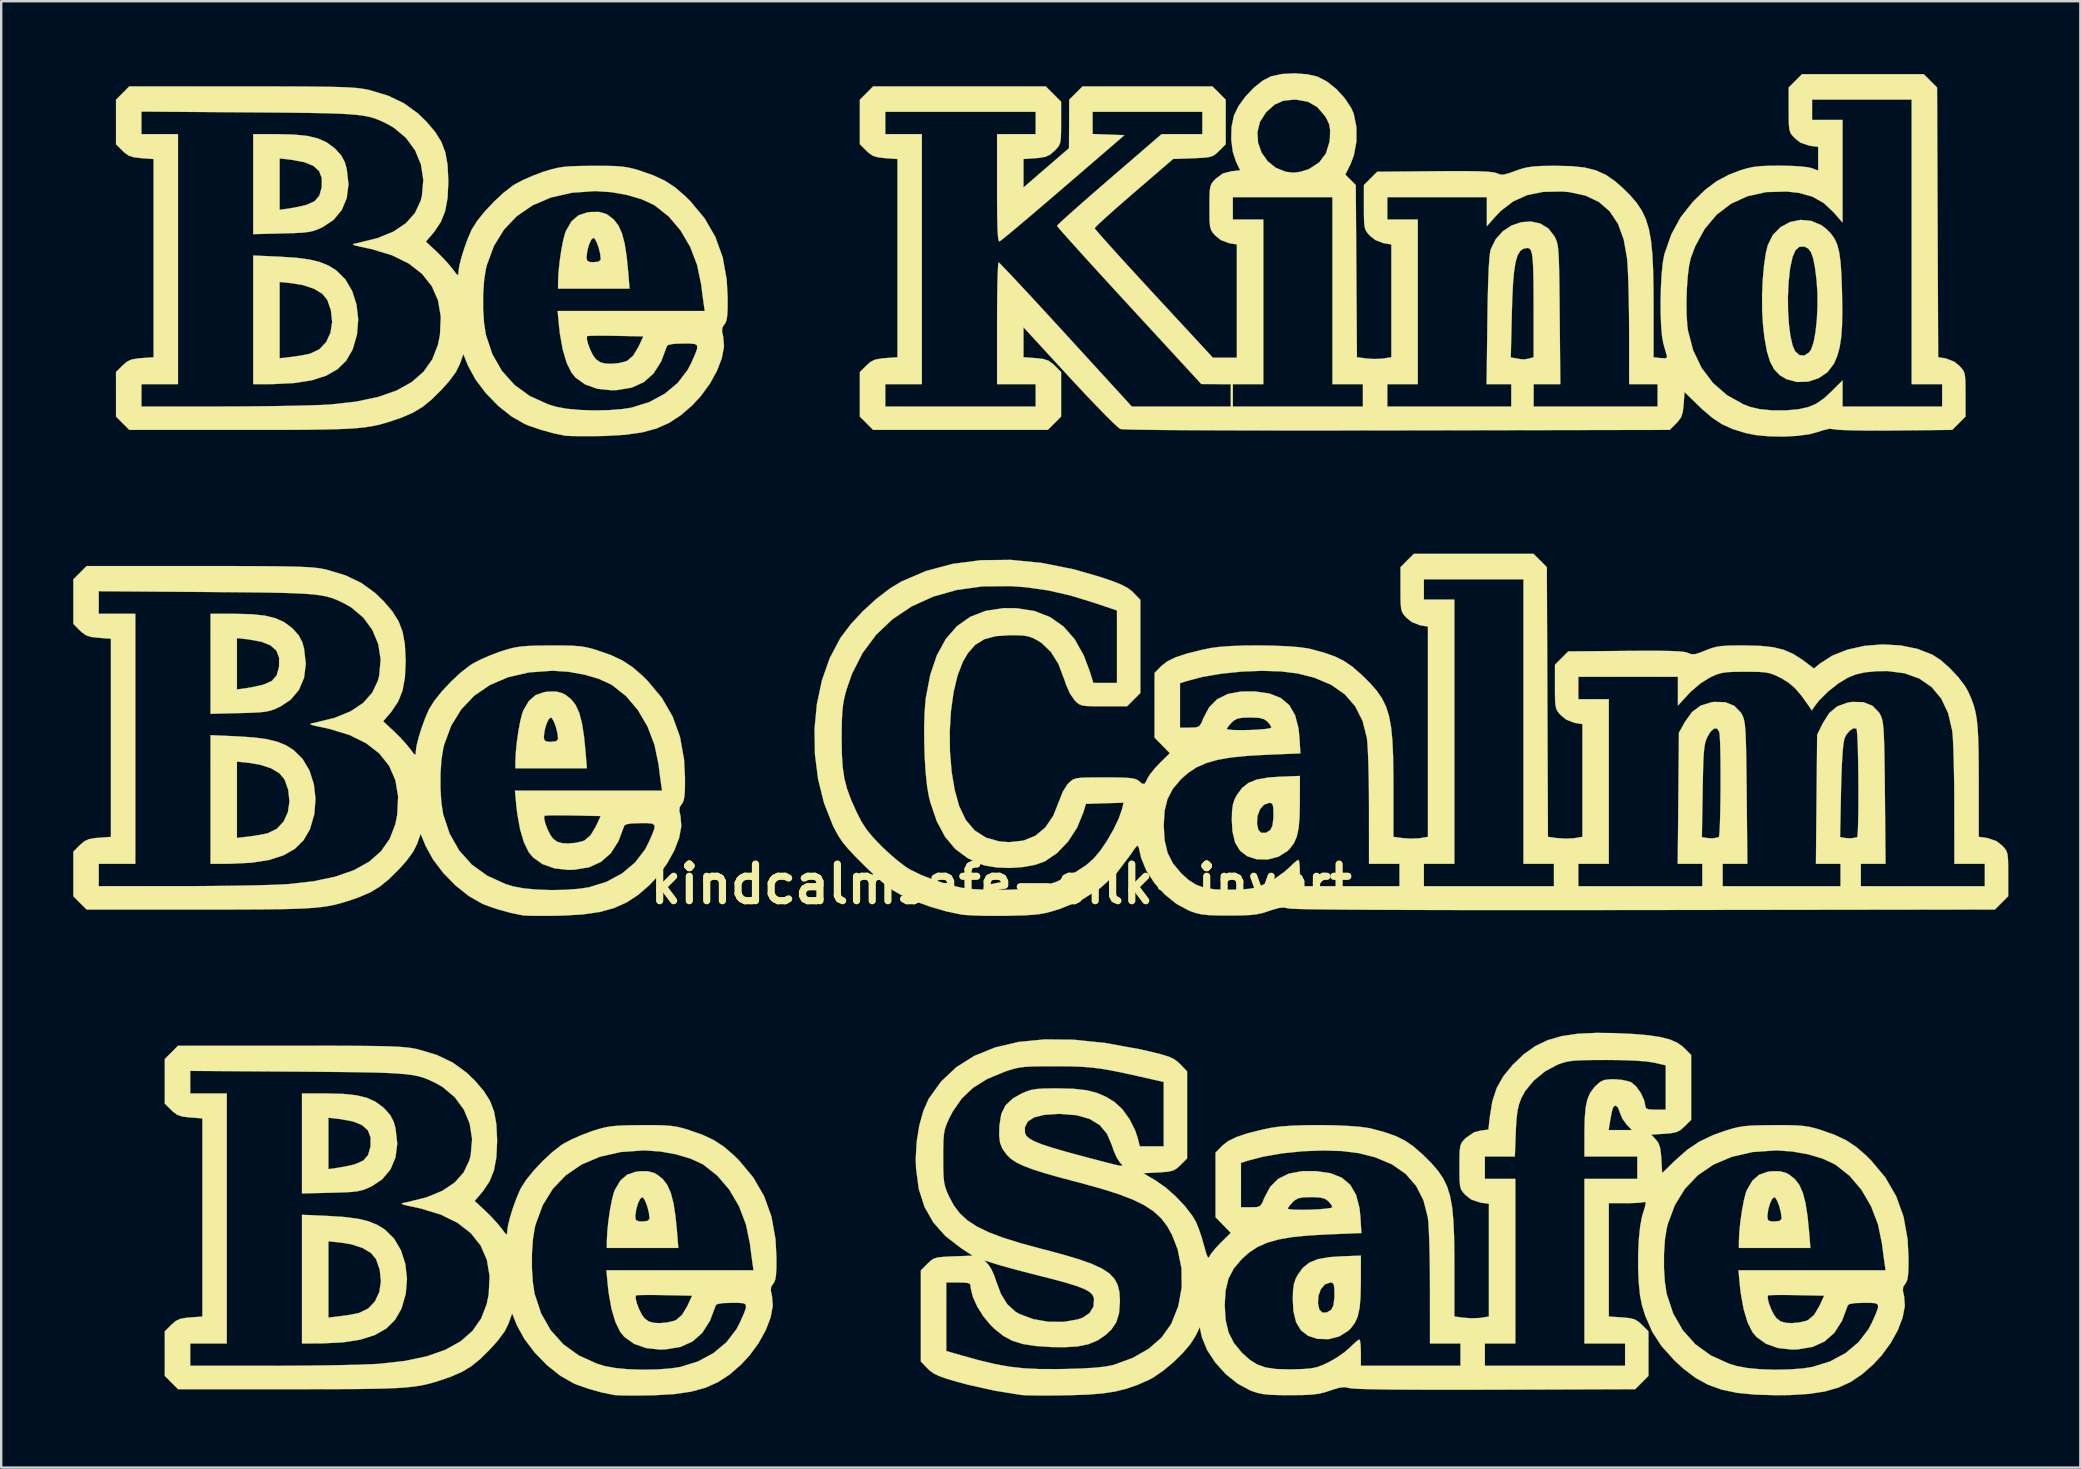
<source format=kicad_pcb>
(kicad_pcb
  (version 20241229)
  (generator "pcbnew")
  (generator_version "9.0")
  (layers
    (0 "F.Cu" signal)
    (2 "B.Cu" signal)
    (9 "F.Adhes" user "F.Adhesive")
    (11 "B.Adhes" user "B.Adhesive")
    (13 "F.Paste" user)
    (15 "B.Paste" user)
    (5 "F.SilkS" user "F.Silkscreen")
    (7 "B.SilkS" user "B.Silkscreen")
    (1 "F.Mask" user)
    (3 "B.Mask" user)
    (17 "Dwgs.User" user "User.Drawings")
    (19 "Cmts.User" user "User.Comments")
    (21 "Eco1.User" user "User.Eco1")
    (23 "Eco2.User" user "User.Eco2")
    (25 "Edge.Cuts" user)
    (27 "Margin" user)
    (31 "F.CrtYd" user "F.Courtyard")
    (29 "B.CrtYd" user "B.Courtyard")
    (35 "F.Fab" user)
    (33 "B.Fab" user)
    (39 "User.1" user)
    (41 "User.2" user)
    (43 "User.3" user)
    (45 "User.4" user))
  (footprint "kindcalmsafe-silk-invert"
    (layer "F.Cu")
    (at 38.655 33.781)
    (property "Reference" "kindcalmsafe-silk-invert" (at 0 0 0) (layer "F.SilkS") (effects (font (size 1.524 1.524) (thickness 0.3))))
    (attr through_hole)
    (fp_poly (pts (xy -31.814 -6.156) (xy -31.134 -6.111) (xy -30.592 -6.039) (xy -30.155 -5.932) (xy -29.792 -5.783) (xy -29.484 -5.592) (xy -29.098 -5.213) (xy -28.811 -4.724) (xy -28.63 -4.157) (xy -28.561 -3.544) (xy -28.611 -2.918) (xy -28.787 -2.31) (xy -28.801 -2.276) (xy -29.06 -1.829) (xy -29.422 -1.471) (xy -29.899 -1.198) (xy -30.501 -1.006) (xy -31.236 -0.891) (xy -32.116 -0.849) (xy -32.194 -0.848) (xy -32.935 -0.847) (xy -32.935 -1.924) (xy -31.835 -1.924) (xy -31.348 -1.981) (xy -31.014 -2.028) (xy -30.697 -2.087) (xy -30.556 -2.119) (xy -30.178 -2.301) (xy -29.894 -2.601) (xy -29.714 -2.991) (xy -29.646 -3.443) (xy -29.699 -3.93) (xy -29.85 -4.359) (xy -30.058 -4.613) (xy -30.407 -4.823) (xy -30.872 -4.975) (xy -31.323 -5.051) (xy -31.835 -5.104) (xy -31.835 -1.924) (xy -32.935 -1.924) (xy -32.935 -6.206) (xy -31.814 -6.156)) (stroke (width 0.01) (type solid)) (fill yes) (layer "F.SilkS"))
    (fp_poly (pts (xy -30.035 -26.137) (xy -29.356 -26.092) (xy -28.814 -26.02) (xy -28.377 -25.913) (xy -28.014 -25.764) (xy -27.706 -25.574) (xy -27.32 -25.194) (xy -27.033 -24.705) (xy -26.852 -24.138) (xy -26.783 -23.526) (xy -26.833 -22.9) (xy -27.009 -22.292) (xy -27.023 -22.257) (xy -27.282 -21.81) (xy -27.644 -21.452) (xy -28.121 -21.18) (xy -28.723 -20.988) (xy -29.458 -20.873) (xy -30.338 -20.83) (xy -30.416 -20.83) (xy -31.157 -20.828) (xy -31.157 -21.905) (xy -30.057 -21.905) (xy -29.57 -21.962) (xy -29.236 -22.009) (xy -28.919 -22.068) (xy -28.778 -22.101) (xy -28.4 -22.282) (xy -28.116 -22.582) (xy -27.936 -22.972) (xy -27.868 -23.424) (xy -27.921 -23.911) (xy -28.072 -24.341) (xy -28.28 -24.595) (xy -28.629 -24.804) (xy -29.094 -24.957) (xy -29.545 -25.032) (xy -30.057 -25.085) (xy -30.057 -21.905) (xy -31.157 -21.905) (xy -31.157 -26.187) (xy -30.035 -26.137)) (stroke (width 0.01) (type solid)) (fill yes) (layer "F.SilkS"))
    (fp_poly (pts (xy -28.003 13.825) (xy -27.324 13.87) (xy -26.782 13.942) (xy -26.345 14.049) (xy -25.982 14.199) (xy -25.674 14.389) (xy -25.288 14.768) (xy -25.001 15.257) (xy -24.82 15.824) (xy -24.751 16.437) (xy -24.801 17.063) (xy -24.977 17.671) (xy -24.991 17.705) (xy -25.25 18.152) (xy -25.612 18.51) (xy -26.089 18.783) (xy -26.691 18.975) (xy -27.426 19.09) (xy -28.306 19.133) (xy -28.384 19.133) (xy -29.125 19.135) (xy -29.125 18.057) (xy -28.025 18.057) (xy -27.538 18) (xy -27.204 17.953) (xy -26.887 17.895) (xy -26.746 17.862) (xy -26.368 17.68) (xy -26.084 17.381) (xy -25.904 16.991) (xy -25.836 16.539) (xy -25.889 16.052) (xy -26.04 15.622) (xy -26.248 15.368) (xy -26.597 15.159) (xy -27.062 15.006) (xy -27.513 14.931) (xy -28.025 14.877) (xy -28.025 18.057) (xy -29.125 18.057) (xy -29.125 13.775) (xy -28.003 13.825)) (stroke (width 0.01) (type solid)) (fill yes) (layer "F.SilkS"))
    (fp_poly (pts (xy -18.275 -7.953) (xy -18.139 -7.879) (xy -17.904 -7.694) (xy -17.719 -7.451) (xy -17.574 -7.128) (xy -17.462 -6.703) (xy -17.376 -6.153) (xy -17.31 -5.482) (xy -17.258 -4.826) (xy -20.235 -4.826) (xy -20.235 -5.101) (xy -20.217 -5.487) (xy -20.172 -5.933) (xy -20.146 -6.117) (xy -19.05 -6.117) (xy -19.023 -5.987) (xy -18.912 -5.935) (xy -18.754 -5.927) (xy -18.538 -5.953) (xy -18.459 -6.038) (xy -18.457 -6.059) (xy -18.483 -6.29) (xy -18.547 -6.547) (xy -18.632 -6.774) (xy -18.718 -6.918) (xy -18.76 -6.943) (xy -18.85 -6.867) (xy -18.94 -6.677) (xy -19.013 -6.424) (xy -19.048 -6.162) (xy -19.05 -6.117) (xy -20.146 -6.117) (xy -20.107 -6.386) (xy -20.03 -6.798) (xy -19.948 -7.118) (xy -19.906 -7.233) (xy -19.676 -7.626) (xy -19.393 -7.875) (xy -19.027 -8) (xy -18.86 -8.02) (xy -18.526 -8.021) (xy -18.275 -7.953)) (stroke (width 0.01) (type solid)) (fill yes) (layer "F.SilkS"))
    (fp_poly (pts (xy -16.497 -27.934) (xy -16.361 -27.861) (xy -16.126 -27.675) (xy -15.941 -27.432) (xy -15.796 -27.11) (xy -15.684 -26.685) (xy -15.598 -26.135) (xy -15.532 -25.463) (xy -15.48 -24.807) (xy -18.457 -24.807) (xy -18.457 -25.082) (xy -18.439 -25.469) (xy -18.394 -25.914) (xy -18.368 -26.099) (xy -17.272 -26.099) (xy -17.245 -25.969) (xy -17.134 -25.916) (xy -16.976 -25.908) (xy -16.76 -25.934) (xy -16.681 -26.019) (xy -16.679 -26.04) (xy -16.705 -26.272) (xy -16.769 -26.528) (xy -16.854 -26.756) (xy -16.94 -26.9) (xy -16.982 -26.924) (xy -17.072 -26.849) (xy -17.162 -26.658) (xy -17.235 -26.405) (xy -17.27 -26.143) (xy -17.272 -26.099) (xy -18.368 -26.099) (xy -18.329 -26.368) (xy -18.252 -26.78) (xy -18.17 -27.1) (xy -18.128 -27.214) (xy -17.898 -27.608) (xy -17.615 -27.856) (xy -17.249 -27.981) (xy -17.082 -28.001) (xy -16.748 -28.002) (xy -16.497 -27.934)) (stroke (width 0.01) (type solid)) (fill yes) (layer "F.SilkS"))
    (fp_poly (pts (xy -14.465 12.028) (xy -14.329 12.102) (xy -14.094 12.287) (xy -13.909 12.53) (xy -13.764 12.853) (xy -13.652 13.278) (xy -13.566 13.828) (xy -13.5 14.499) (xy -13.448 15.155) (xy -16.425 15.155) (xy -16.425 14.88) (xy -16.407 14.494) (xy -16.362 14.049) (xy -16.336 13.864) (xy -15.24 13.864) (xy -15.213 13.994) (xy -15.102 14.047) (xy -14.944 14.055) (xy -14.728 14.029) (xy -14.649 13.944) (xy -14.647 13.923) (xy -14.673 13.691) (xy -14.737 13.434) (xy -14.822 13.207) (xy -14.908 13.063) (xy -14.95 13.039) (xy -15.04 13.114) (xy -15.13 13.305) (xy -15.203 13.557) (xy -15.238 13.82) (xy -15.24 13.864) (xy -16.336 13.864) (xy -16.297 13.595) (xy -16.22 13.183) (xy -16.138 12.863) (xy -16.096 12.749) (xy -15.866 12.355) (xy -15.583 12.106) (xy -15.217 11.981) (xy -15.05 11.961) (xy -14.716 11.961) (xy -14.465 12.028)) (stroke (width 0.01) (type solid)) (fill yes) (layer "F.SilkS"))
    (fp_poly (pts (xy 32.695 12.028) (xy 32.83 12.102) (xy 33.065 12.287) (xy 33.251 12.53) (xy 33.395 12.853) (xy 33.507 13.278) (xy 33.593 13.828) (xy 33.659 14.499) (xy 33.712 15.155) (xy 30.734 15.155) (xy 30.735 14.88) (xy 30.752 14.494) (xy 30.797 14.049) (xy 30.824 13.864) (xy 31.92 13.864) (xy 31.946 13.994) (xy 32.057 14.047) (xy 32.216 14.055) (xy 32.432 14.029) (xy 32.51 13.944) (xy 32.512 13.923) (xy 32.486 13.691) (xy 32.422 13.434) (xy 32.338 13.207) (xy 32.251 13.063) (xy 32.21 13.039) (xy 32.119 13.114) (xy 32.029 13.305) (xy 31.956 13.557) (xy 31.921 13.82) (xy 31.92 13.864) (xy 30.824 13.864) (xy 30.862 13.595) (xy 30.94 13.183) (xy 31.021 12.863) (xy 31.064 12.749) (xy 31.294 12.355) (xy 31.577 12.106) (xy 31.942 11.981) (xy 32.109 11.961) (xy 32.443 11.961) (xy 32.695 12.028)) (stroke (width 0.01) (type solid)) (fill yes) (layer "F.SilkS"))
    (fp_poly (pts (xy -31.218 -11.243) (xy -30.669 -11.185) (xy -30.23 -11.078) (xy -29.872 -10.916) (xy -29.566 -10.692) (xy -29.501 -10.632) (xy -29.258 -10.359) (xy -29.113 -10.078) (xy -29.039 -9.811) (xy -28.966 -9.172) (xy -29.039 -8.596) (xy -29.25 -8.096) (xy -29.594 -7.685) (xy -30.027 -7.398) (xy -30.236 -7.3) (xy -30.424 -7.232) (xy -30.629 -7.186) (xy -30.891 -7.157) (xy -31.245 -7.139) (xy -31.729 -7.125) (xy -32.935 -7.096) (xy -32.935 -8.109) (xy -31.835 -8.109) (xy -31.433 -8.166) (xy -31.108 -8.223) (xy -30.791 -8.295) (xy -30.714 -8.316) (xy -30.381 -8.465) (xy -30.18 -8.697) (xy -30.081 -9.048) (xy -30.081 -9.051) (xy -30.077 -9.43) (xy -30.189 -9.723) (xy -30.428 -9.941) (xy -30.805 -10.094) (xy -31.334 -10.193) (xy -31.39 -10.2) (xy -31.835 -10.25) (xy -31.835 -8.109) (xy -32.935 -8.109) (xy -32.935 -11.261) (xy -31.904 -11.261) (xy -31.218 -11.243)) (stroke (width 0.01) (type solid)) (fill yes) (layer "F.SilkS"))
    (fp_poly (pts (xy -29.44 -31.224) (xy -28.891 -31.166) (xy -28.452 -31.06) (xy -28.094 -30.898) (xy -27.788 -30.673) (xy -27.723 -30.613) (xy -27.48 -30.34) (xy -27.335 -30.06) (xy -27.261 -29.792) (xy -27.188 -29.154) (xy -27.261 -28.577) (xy -27.472 -28.077) (xy -27.816 -27.667) (xy -28.249 -27.379) (xy -28.458 -27.282) (xy -28.646 -27.213) (xy -28.851 -27.168) (xy -29.113 -27.139) (xy -29.467 -27.12) (xy -29.951 -27.107) (xy -31.157 -27.077) (xy -31.157 -28.09) (xy -30.057 -28.09) (xy -29.654 -28.148) (xy -29.33 -28.205) (xy -29.013 -28.276) (xy -28.936 -28.297) (xy -28.603 -28.446) (xy -28.402 -28.679) (xy -28.303 -29.029) (xy -28.303 -29.032) (xy -28.299 -29.411) (xy -28.411 -29.704) (xy -28.65 -29.922) (xy -29.027 -30.075) (xy -29.556 -30.174) (xy -29.612 -30.181) (xy -30.057 -30.232) (xy -30.057 -28.09) (xy -31.157 -28.09) (xy -31.157 -31.242) (xy -30.126 -31.242) (xy -29.44 -31.224)) (stroke (width 0.01) (type solid)) (fill yes) (layer "F.SilkS"))
    (fp_poly (pts (xy -27.408 8.738) (xy -26.859 8.797) (xy -26.42 8.903) (xy -26.062 9.065) (xy -25.756 9.29) (xy -25.691 9.35) (xy -25.448 9.622) (xy -25.303 9.903) (xy -25.229 10.171) (xy -25.156 10.809) (xy -25.229 11.385) (xy -25.44 11.886) (xy -25.784 12.296) (xy -26.217 12.584) (xy -26.426 12.681) (xy -26.614 12.749) (xy -26.819 12.795) (xy -27.081 12.824) (xy -27.435 12.842) (xy -27.919 12.856) (xy -29.125 12.885) (xy -29.125 11.873) (xy -28.025 11.873) (xy -27.622 11.815) (xy -27.298 11.758) (xy -26.981 11.686) (xy -26.904 11.665) (xy -26.571 11.516) (xy -26.37 11.284) (xy -26.271 10.934) (xy -26.271 10.93) (xy -26.267 10.552) (xy -26.379 10.258) (xy -26.618 10.041) (xy -26.995 9.887) (xy -27.524 9.788) (xy -27.58 9.782) (xy -28.025 9.731) (xy -28.025 11.873) (xy -29.125 11.873) (xy -29.125 8.721) (xy -28.094 8.721) (xy -27.408 8.738)) (stroke (width 0.01) (type solid)) (fill yes) (layer "F.SilkS"))
    (fp_poly (pts (xy 12.444 -3.375) (xy 12.432 -2.781) (xy 12.392 -2.325) (xy 12.316 -1.976) (xy 12.197 -1.705) (xy 12.027 -1.479) (xy 11.928 -1.381) (xy 11.55 -1.142) (xy 11.102 -1.026) (xy 10.637 -1.038) (xy 10.25 -1.164) (xy 9.951 -1.393) (xy 9.748 -1.73) (xy 9.637 -2.191) (xy 9.619 -2.509) (xy 10.659 -2.509) (xy 10.719 -2.251) (xy 10.838 -2.136) (xy 11.022 -2.135) (xy 11.211 -2.248) (xy 11.212 -2.25) (xy 11.304 -2.434) (xy 11.343 -2.758) (xy 11.345 -2.885) (xy 11.339 -3.166) (xy 11.311 -3.318) (xy 11.249 -3.378) (xy 11.176 -3.387) (xy 10.952 -3.311) (xy 10.78 -3.111) (xy 10.677 -2.83) (xy 10.659 -2.509) (xy 9.619 -2.509) (xy 9.61 -2.667) (xy 9.62 -3.05) (xy 9.657 -3.323) (xy 9.733 -3.547) (xy 9.81 -3.694) (xy 10.029 -3.998) (xy 10.301 -4.215) (xy 10.657 -4.359) (xy 11.127 -4.442) (xy 11.578 -4.473) (xy 12.446 -4.507) (xy 12.444 -3.375)) (stroke (width 0.01) (type solid)) (fill yes) (layer "F.SilkS"))
    (fp_poly (pts (xy 14.984 16.606) (xy 14.972 17.2) (xy 14.932 17.656) (xy 14.856 18.005) (xy 14.737 18.277) (xy 14.567 18.502) (xy 14.468 18.6) (xy 14.09 18.839) (xy 13.642 18.956) (xy 13.177 18.943) (xy 12.79 18.817) (xy 12.491 18.589) (xy 12.288 18.251) (xy 12.177 17.791) (xy 12.159 17.472) (xy 13.199 17.472) (xy 13.259 17.731) (xy 13.378 17.845) (xy 13.562 17.846) (xy 13.751 17.733) (xy 13.752 17.732) (xy 13.844 17.548) (xy 13.883 17.223) (xy 13.885 17.097) (xy 13.879 16.815) (xy 13.851 16.663) (xy 13.789 16.603) (xy 13.716 16.595) (xy 13.492 16.67) (xy 13.32 16.87) (xy 13.217 17.151) (xy 13.199 17.472) (xy 12.159 17.472) (xy 12.15 17.314) (xy 12.16 16.931) (xy 12.197 16.658) (xy 12.273 16.435) (xy 12.35 16.287) (xy 12.569 15.983) (xy 12.841 15.766) (xy 13.197 15.622) (xy 13.667 15.539) (xy 14.118 15.508) (xy 14.986 15.475) (xy 14.984 16.606)) (stroke (width 0.01) (type solid)) (fill yes) (layer "F.SilkS"))
    (fp_poly (pts (xy 33.747 -27.63) (xy 34.171 -27.449) (xy 34.375 -27.295) (xy 34.569 -27.099) (xy 34.719 -26.888) (xy 34.831 -26.638) (xy 34.912 -26.322) (xy 34.968 -25.916) (xy 35.004 -25.395) (xy 35.028 -24.732) (xy 35.03 -24.638) (xy 35.041 -23.886) (xy 35.031 -23.276) (xy 34.996 -22.782) (xy 34.933 -22.376) (xy 34.841 -22.032) (xy 34.714 -21.724) (xy 34.69 -21.675) (xy 34.424 -21.326) (xy 34.053 -21.075) (xy 33.616 -20.934) (xy 33.155 -20.918) (xy 32.724 -21.032) (xy 32.436 -21.202) (xy 32.209 -21.438) (xy 32.033 -21.764) (xy 31.9 -22.199) (xy 31.799 -22.766) (xy 31.739 -23.295) (xy 31.703 -23.891) (xy 31.701 -24.469) (xy 32.776 -24.469) (xy 32.782 -23.878) (xy 32.818 -23.318) (xy 32.882 -22.826) (xy 32.972 -22.437) (xy 33.072 -22.204) (xy 33.254 -22.037) (xy 33.464 -22.022) (xy 33.661 -22.152) (xy 33.746 -22.279) (xy 33.845 -22.568) (xy 33.924 -22.985) (xy 33.979 -23.491) (xy 34.008 -24.047) (xy 34.006 -24.612) (xy 33.971 -25.148) (xy 33.967 -25.186) (xy 33.901 -25.705) (xy 33.826 -26.077) (xy 33.735 -26.327) (xy 33.618 -26.479) (xy 33.467 -26.555) (xy 33.457 -26.558) (xy 33.254 -26.552) (xy 33.094 -26.412) (xy 32.97 -26.129) (xy 32.874 -25.69) (xy 32.862 -25.612) (xy 32.802 -25.059) (xy 32.776 -24.469) (xy 31.701 -24.469) (xy 31.7 -24.536) (xy 31.728 -25.185) (xy 31.782 -25.79) (xy 31.861 -26.309) (xy 31.938 -26.62) (xy 32.15 -27.047) (xy 32.47 -27.37) (xy 32.864 -27.581) (xy 33.301 -27.671) (xy 33.747 -27.63)) (stroke (width 0.01) (type solid)) (fill yes) (layer "F.SilkS"))
    (fp_poly (pts (xy -30.617 -33.231) (xy -29.747 -33.23) (xy -29.015 -33.226) (xy -28.408 -33.221) (xy -27.91 -33.214) (xy -27.507 -33.203) (xy -27.183 -33.189) (xy -26.922 -33.172) (xy -26.712 -33.15) (xy -26.535 -33.124) (xy -26.377 -33.093) (xy -26.323 -33.081) (xy -25.542 -32.847) (xy -24.882 -32.531) (xy -24.305 -32.114) (xy -23.951 -31.773) (xy -23.582 -31.342) (xy -23.322 -30.927) (xy -23.154 -30.486) (xy -23.062 -29.975) (xy -23.03 -29.35) (xy -23.029 -29.239) (xy -23.06 -28.579) (xy -23.16 -28.04) (xy -23.341 -27.586) (xy -23.613 -27.178) (xy -23.667 -27.113) (xy -23.965 -26.765) (xy -23.526 -26.358) (xy -23.259 -26.093) (xy -23.006 -25.816) (xy -22.847 -25.62) (xy -22.704 -25.43) (xy -22.632 -25.366) (xy -22.608 -25.418) (xy -22.606 -25.505) (xy -22.574 -25.744) (xy -22.489 -26.086) (xy -22.367 -26.48) (xy -22.223 -26.875) (xy -22.075 -27.221) (xy -22.045 -27.284) (xy -21.826 -27.63) (xy -21.506 -28.026) (xy -21.126 -28.43) (xy -20.728 -28.8) (xy -20.352 -29.091) (xy -20.246 -29.159) (xy -19.931 -29.325) (xy -19.53 -29.502) (xy -19.121 -29.657) (xy -19.05 -29.681) (xy -18.754 -29.772) (xy -18.495 -29.837) (xy -18.231 -29.879) (xy -17.922 -29.904) (xy -17.525 -29.917) (xy -17.018 -29.922) (xy -16.489 -29.922) (xy -16.09 -29.913) (xy -15.78 -29.89) (xy -15.519 -29.85) (xy -15.267 -29.789) (xy -15.073 -29.731) (xy -14.479 -29.523) (xy -13.999 -29.298) (xy -13.579 -29.023) (xy -13.165 -28.665) (xy -12.952 -28.454) (xy -12.355 -27.739) (xy -11.906 -26.963) (xy -11.599 -26.112) (xy -11.431 -25.173) (xy -11.392 -24.414) (xy -11.394 -23.978) (xy -11.41 -23.678) (xy -11.443 -23.482) (xy -11.496 -23.357) (xy -11.53 -23.314) (xy -11.615 -23.186) (xy -11.626 -23.03) (xy -11.577 -22.8) (xy -11.545 -22.389) (xy -11.636 -21.907) (xy -11.837 -21.384) (xy -12.133 -20.848) (xy -12.512 -20.33) (xy -12.872 -19.942) (xy -13.343 -19.534) (xy -13.828 -19.217) (xy -14.354 -18.982) (xy -14.953 -18.819) (xy -15.652 -18.719) (xy -16.481 -18.671) (xy -16.637 -18.667) (xy -17.105 -18.661) (xy -17.532 -18.661) (xy -17.879 -18.666) (xy -18.11 -18.677) (xy -18.161 -18.682) (xy -18.66 -18.785) (xy -19.2 -18.935) (xy -19.692 -19.105) (xy -19.84 -19.167) (xy -20.395 -19.483) (xy -20.948 -19.923) (xy -21.46 -20.447) (xy -21.89 -21.013) (xy -22.2 -21.581) (xy -22.217 -21.621) (xy -22.403 -22.08) (xy -22.552 -21.66) (xy -22.718 -21.327) (xy -23.002 -20.943) (xy -23.305 -20.605) (xy -23.724 -20.189) (xy -24.102 -19.881) (xy -24.491 -19.646) (xy -24.943 -19.449) (xy -25.197 -19.358) (xy -25.468 -19.268) (xy -25.718 -19.192) (xy -25.964 -19.127) (xy -26.22 -19.074) (xy -26.504 -19.031) (xy -26.83 -18.997) (xy -27.214 -18.971) (xy -27.673 -18.952) (xy -28.222 -18.939) (xy -28.876 -18.93) (xy -29.653 -18.925) (xy -30.567 -18.923) (xy -31.635 -18.923) (xy -36.319 -18.923) (xy -36.872 -19.477) (xy -36.872 -21.333) (xy -36.601 -21.604) (xy -36.416 -21.765) (xy -36.224 -21.854) (xy -35.957 -21.9) (xy -35.818 -21.912) (xy -35.306 -21.949) (xy -35.306 -30.206) (xy -35.818 -30.243) (xy -36.132 -30.279) (xy -36.345 -30.348) (xy -36.525 -30.478) (xy -36.601 -30.551) (xy -36.872 -30.822) (xy -36.872 -31.242) (xy -35.814 -31.242) (xy -34.29 -31.242) (xy -34.29 -20.828) (xy -35.814 -20.828) (xy -35.814 -19.897) (xy -32.449 -19.897) (xy -31.654 -19.9) (xy -30.864 -19.906) (xy -30.108 -19.916) (xy -29.411 -19.929) (xy -28.801 -19.944) (xy -28.304 -19.961) (xy -27.949 -19.98) (xy -27.938 -19.981) (xy -26.872 -20.099) (xy -25.955 -20.293) (xy -25.183 -20.563) (xy -24.552 -20.914) (xy -24.057 -21.347) (xy -23.694 -21.865) (xy -23.459 -22.472) (xy -23.378 -22.878) (xy -23.342 -23.635) (xy -23.399 -23.976) (xy -21.579 -23.976) (xy -21.543 -23.396) (xy -21.47 -22.911) (xy -21.463 -22.88) (xy -21.194 -22.076) (xy -20.797 -21.38) (xy -20.274 -20.797) (xy -19.631 -20.331) (xy -18.872 -19.987) (xy -18.546 -19.887) (xy -18.113 -19.805) (xy -17.567 -19.754) (xy -16.961 -19.734) (xy -16.35 -19.745) (xy -15.787 -19.789) (xy -15.386 -19.852) (xy -14.659 -20.079) (xy -14.014 -20.426) (xy -13.474 -20.878) (xy -13.059 -21.42) (xy -12.912 -21.702) (xy -12.75 -22.068) (xy -12.663 -22.304) (xy -12.664 -22.44) (xy -12.763 -22.503) (xy -12.972 -22.521) (xy -13.247 -22.521) (xy -13.626 -22.509) (xy -13.848 -22.471) (xy -13.921 -22.416) (xy -14.164 -21.768) (xy -14.483 -21.269) (xy -14.889 -20.91) (xy -15.391 -20.684) (xy -15.999 -20.582) (xy -16.25 -20.575) (xy -16.826 -20.637) (xy -17.326 -20.815) (xy -17.722 -21.095) (xy -17.898 -21.308) (xy -18.098 -21.715) (xy -18.261 -22.262) (xy -18.342 -22.713) (xy -17.26 -22.713) (xy -17.209 -22.505) (xy -17.115 -22.258) (xy -17 -22.029) (xy -16.889 -21.877) (xy -16.715 -21.745) (xy -16.494 -21.686) (xy -16.256 -21.675) (xy -15.945 -21.701) (xy -15.661 -21.769) (xy -15.568 -21.807) (xy -15.325 -22.019) (xy -15.108 -22.379) (xy -14.905 -22.818) (xy -16.058 -22.841) (xy -16.481 -22.847) (xy -16.84 -22.848) (xy -17.103 -22.843) (xy -17.237 -22.832) (xy -17.247 -22.829) (xy -17.26 -22.713) (xy -18.342 -22.713) (xy -18.38 -22.921) (xy -18.418 -23.262) (xy -18.475 -23.876) (xy -12.346 -23.876) (xy -12.393 -24.194) (xy -12.431 -24.468) (xy -12.474 -24.809) (xy -12.495 -24.977) (xy -12.663 -25.789) (xy -12.954 -26.55) (xy -13.355 -27.234) (xy -13.848 -27.814) (xy -14.419 -28.265) (xy -14.492 -28.309) (xy -14.979 -28.532) (xy -15.577 -28.708) (xy -16.23 -28.825) (xy -16.883 -28.87) (xy -16.926 -28.87) (xy -17.89 -28.801) (xy -18.756 -28.603) (xy -19.518 -28.278) (xy -20.171 -27.832) (xy -20.71 -27.266) (xy -21.129 -26.587) (xy -21.421 -25.797) (xy -21.461 -25.639) (xy -21.538 -25.163) (xy -21.577 -24.587) (xy -21.579 -23.976) (xy -23.399 -23.976) (xy -23.455 -24.312) (xy -23.716 -24.909) (xy -24.123 -25.423) (xy -24.675 -25.852) (xy -25.37 -26.195) (xy -26.206 -26.45) (xy -26.376 -26.487) (xy -26.729 -26.562) (xy -26.933 -26.612) (xy -27.005 -26.646) (xy -26.963 -26.673) (xy -26.824 -26.703) (xy -26.797 -26.709) (xy -25.981 -26.911) (xy -25.315 -27.183) (xy -24.797 -27.53) (xy -24.421 -27.954) (xy -24.183 -28.459) (xy -24.128 -28.671) (xy -24.07 -29.339) (xy -24.169 -29.98) (xy -24.414 -30.571) (xy -24.793 -31.088) (xy -25.294 -31.508) (xy -25.543 -31.652) (xy -25.74 -31.75) (xy -25.924 -31.834) (xy -26.11 -31.904) (xy -26.314 -31.961) (xy -26.552 -32.008) (xy -26.839 -32.046) (xy -27.189 -32.075) (xy -27.619 -32.097) (xy -28.143 -32.114) (xy -28.778 -32.127) (xy -29.538 -32.136) (xy -30.438 -32.145) (xy -31.348 -32.151) (xy -35.814 -32.183) (xy -35.814 -31.242) (xy -36.872 -31.242) (xy -36.872 -32.678) (xy -36.319 -33.232) (xy -31.642 -33.232) (xy -30.617 -33.231)) (stroke (width 0.01) (type solid)) (fill yes) (layer "F.SilkS"))
    (fp_poly (pts (xy -32.395 -13.25) (xy -31.525 -13.248) (xy -30.793 -13.245) (xy -30.186 -13.24) (xy -29.688 -13.232) (xy -29.285 -13.222) (xy -28.961 -13.208) (xy -28.7 -13.191) (xy -28.49 -13.169) (xy -28.313 -13.143) (xy -28.155 -13.112) (xy -28.101 -13.099) (xy -27.32 -12.865) (xy -26.66 -12.55) (xy -26.083 -12.133) (xy -25.729 -11.792) (xy -25.36 -11.361) (xy -25.1 -10.946) (xy -24.932 -10.505) (xy -24.84 -9.994) (xy -24.808 -9.368) (xy -24.807 -9.258) (xy -24.838 -8.598) (xy -24.938 -8.059) (xy -25.119 -7.605) (xy -25.391 -7.197) (xy -25.445 -7.132) (xy -25.743 -6.784) (xy -25.304 -6.376) (xy -25.037 -6.112) (xy -24.784 -5.835) (xy -24.625 -5.639) (xy -24.482 -5.449) (xy -24.41 -5.385) (xy -24.386 -5.436) (xy -24.384 -5.524) (xy -24.352 -5.762) (xy -24.267 -6.104) (xy -24.145 -6.498) (xy -24.001 -6.894) (xy -23.853 -7.24) (xy -23.823 -7.302) (xy -23.604 -7.649) (xy -23.284 -8.045) (xy -22.904 -8.449) (xy -22.506 -8.818) (xy -22.13 -9.11) (xy -22.024 -9.178) (xy -21.709 -9.344) (xy -21.308 -9.521) (xy -20.899 -9.676) (xy -20.828 -9.699) (xy -20.532 -9.791) (xy -20.273 -9.855) (xy -20.009 -9.898) (xy -19.7 -9.923) (xy -19.303 -9.936) (xy -18.796 -9.941) (xy -18.267 -9.941) (xy -17.868 -9.932) (xy -17.558 -9.909) (xy -17.297 -9.869) (xy -17.045 -9.808) (xy -16.851 -9.75) (xy -16.257 -9.542) (xy -15.777 -9.317) (xy -15.357 -9.041) (xy -14.943 -8.683) (xy -14.73 -8.472) (xy -14.133 -7.758) (xy -13.684 -6.981) (xy -13.377 -6.13) (xy -13.209 -5.192) (xy -13.17 -4.433) (xy -13.172 -3.997) (xy -13.188 -3.697) (xy -13.221 -3.501) (xy -13.274 -3.376) (xy -13.308 -3.332) (xy -13.393 -3.204) (xy -13.404 -3.049) (xy -13.355 -2.819) (xy -13.323 -2.408) (xy -13.414 -1.926) (xy -13.615 -1.403) (xy -13.911 -0.867) (xy -14.29 -0.349) (xy -14.65 0.039) (xy -15.121 0.448) (xy -15.606 0.765) (xy -16.132 0.999) (xy -16.731 1.162) (xy -17.43 1.262) (xy -18.259 1.311) (xy -18.415 1.314) (xy -18.883 1.32) (xy -19.31 1.321) (xy -19.657 1.315) (xy -19.888 1.305) (xy -19.939 1.299) (xy -20.438 1.196) (xy -20.978 1.047) (xy -21.47 0.876) (xy -21.618 0.814) (xy -22.173 0.498) (xy -22.726 0.058) (xy -23.238 -0.465) (xy -23.668 -1.032) (xy -23.978 -1.599) (xy -23.995 -1.64) (xy -24.181 -2.098) (xy -24.33 -1.679) (xy -24.496 -1.345) (xy -24.78 -0.961) (xy -25.083 -0.623) (xy -25.502 -0.208) (xy -25.88 0.1) (xy -26.269 0.336) (xy -26.721 0.532) (xy -26.975 0.623) (xy -27.246 0.713) (xy -27.496 0.79) (xy -27.742 0.854) (xy -27.998 0.907) (xy -28.282 0.95) (xy -28.608 0.984) (xy -28.992 1.01) (xy -29.451 1.03) (xy -30 1.043) (xy -30.654 1.051) (xy -31.431 1.056) (xy -32.345 1.058) (xy -33.413 1.058) (xy -38.097 1.058) (xy -38.65 0.505) (xy -38.65 -1.351) (xy -38.379 -1.623) (xy -38.194 -1.783) (xy -38.002 -1.873) (xy -37.735 -1.919) (xy -37.596 -1.931) (xy -37.084 -1.968) (xy -37.084 -10.224) (xy -37.596 -10.261) (xy -37.91 -10.297) (xy -38.123 -10.367) (xy -38.303 -10.496) (xy -38.379 -10.569) (xy -38.65 -10.841) (xy -38.65 -11.261) (xy -37.592 -11.261) (xy -36.068 -11.261) (xy -36.068 -0.847) (xy -37.592 -0.847) (xy -37.592 0.085) (xy -34.227 0.084) (xy -33.432 0.082) (xy -32.642 0.075) (xy -31.886 0.065) (xy -31.189 0.053) (xy -30.579 0.037) (xy -30.082 0.02) (xy -29.727 0.001) (xy -29.716 0.001) (xy -28.65 -0.118) (xy -27.733 -0.311) (xy -26.961 -0.582) (xy -26.33 -0.932) (xy -25.835 -1.366) (xy -25.472 -1.884) (xy -25.237 -2.49) (xy -25.156 -2.897) (xy -25.12 -3.653) (xy -25.177 -3.995) (xy -23.357 -3.995) (xy -23.321 -3.415) (xy -23.248 -2.93) (xy -23.241 -2.899) (xy -22.972 -2.095) (xy -22.575 -1.399) (xy -22.052 -0.815) (xy -21.409 -0.35) (xy -20.65 -0.006) (xy -20.324 0.094) (xy -19.891 0.176) (xy -19.345 0.227) (xy -18.739 0.248) (xy -18.128 0.236) (xy -17.565 0.192) (xy -17.164 0.13) (xy -16.437 -0.097) (xy -15.792 -0.445) (xy -15.252 -0.897) (xy -14.837 -1.439) (xy -14.69 -1.721) (xy -14.528 -2.086) (xy -14.441 -2.323) (xy -14.442 -2.459) (xy -14.541 -2.522) (xy -14.75 -2.54) (xy -15.025 -2.54) (xy -15.404 -2.528) (xy -15.626 -2.49) (xy -15.699 -2.434) (xy -15.942 -1.787) (xy -16.261 -1.288) (xy -16.667 -0.929) (xy -17.169 -0.702) (xy -17.777 -0.601) (xy -18.028 -0.593) (xy -18.604 -0.656) (xy -19.104 -0.833) (xy -19.5 -1.114) (xy -19.676 -1.327) (xy -19.876 -1.734) (xy -20.039 -2.28) (xy -20.12 -2.732) (xy -19.038 -2.732) (xy -18.987 -2.523) (xy -18.893 -2.277) (xy -18.778 -2.047) (xy -18.667 -1.895) (xy -18.493 -1.764) (xy -18.272 -1.704) (xy -18.034 -1.693) (xy -17.723 -1.72) (xy -17.439 -1.787) (xy -17.346 -1.826) (xy -17.103 -2.037) (xy -16.886 -2.397) (xy -16.683 -2.836) (xy -17.836 -2.86) (xy -18.259 -2.866) (xy -18.618 -2.866) (xy -18.881 -2.861) (xy -19.015 -2.851) (xy -19.025 -2.847) (xy -19.038 -2.732) (xy -20.12 -2.732) (xy -20.158 -2.94) (xy -20.196 -3.281) (xy -20.253 -3.895) (xy -14.124 -3.895) (xy -14.171 -4.212) (xy -14.209 -4.487) (xy -14.252 -4.827) (xy -14.273 -4.995) (xy -14.441 -5.808) (xy -14.732 -6.569) (xy -15.133 -7.253) (xy -15.626 -7.833) (xy -16.197 -8.284) (xy -16.27 -8.328) (xy -16.757 -8.551) (xy -17.355 -8.727) (xy -18.008 -8.844) (xy -18.661 -8.888) (xy -18.704 -8.889) (xy -19.668 -8.82) (xy -20.534 -8.622) (xy -21.296 -8.297) (xy -21.949 -7.85) (xy -22.488 -7.285) (xy -22.907 -6.606) (xy -23.199 -5.816) (xy -23.239 -5.658) (xy -23.316 -5.181) (xy -23.355 -4.605) (xy -23.357 -3.995) (xy -25.177 -3.995) (xy -25.233 -4.331) (xy -25.494 -4.927) (xy -25.901 -5.441) (xy -26.453 -5.871) (xy -27.148 -6.214) (xy -27.984 -6.469) (xy -28.154 -6.506) (xy -28.507 -6.58) (xy -28.711 -6.63) (xy -28.783 -6.664) (xy -28.741 -6.692) (xy -28.602 -6.722) (xy -28.575 -6.727) (xy -27.759 -6.929) (xy -27.093 -7.202) (xy -26.575 -7.549) (xy -26.199 -7.973) (xy -25.961 -8.477) (xy -25.906 -8.69) (xy -25.848 -9.358) (xy -25.947 -9.999) (xy -26.192 -10.59) (xy -26.571 -11.107) (xy -27.072 -11.527) (xy -27.321 -11.671) (xy -27.518 -11.769) (xy -27.702 -11.852) (xy -27.888 -11.922) (xy -28.092 -11.98) (xy -28.33 -12.027) (xy -28.617 -12.065) (xy -28.967 -12.094) (xy -29.397 -12.116) (xy -29.921 -12.133) (xy -30.556 -12.146) (xy -31.316 -12.155) (xy -32.216 -12.163) (xy -33.126 -12.17) (xy -37.592 -12.202) (xy -37.592 -11.261) (xy -38.65 -11.261) (xy -38.65 -12.697) (xy -38.373 -12.974) (xy -38.097 -13.25) (xy -33.42 -13.25) (xy -32.395 -13.25)) (stroke (width 0.01) (type solid)) (fill yes) (layer "F.SilkS"))
    (fp_poly (pts (xy -28.585 6.731) (xy -27.715 6.733) (xy -26.983 6.736) (xy -26.376 6.741) (xy -25.878 6.749) (xy -25.475 6.759) (xy -25.151 6.773) (xy -24.89 6.791) (xy -24.68 6.812) (xy -24.503 6.839) (xy -24.345 6.87) (xy -24.291 6.882) (xy -23.51 7.116) (xy -22.85 7.431) (xy -22.273 7.849) (xy -21.919 8.19) (xy -21.55 8.621) (xy -21.29 9.035) (xy -21.122 9.476) (xy -21.03 9.988) (xy -20.998 10.613) (xy -20.997 10.724) (xy -21.028 11.384) (xy -21.128 11.922) (xy -21.309 12.377) (xy -21.581 12.784) (xy -21.635 12.85) (xy -21.933 13.197) (xy -21.494 13.605) (xy -21.227 13.869) (xy -20.974 14.147) (xy -20.815 14.343) (xy -20.672 14.533) (xy -20.6 14.596) (xy -20.576 14.545) (xy -20.574 14.457) (xy -20.542 14.219) (xy -20.457 13.877) (xy -20.335 13.483) (xy -20.191 13.087) (xy -20.043 12.741) (xy -20.013 12.679) (xy -19.794 12.333) (xy -19.474 11.936) (xy -19.094 11.532) (xy -18.696 11.163) (xy -18.32 10.872) (xy -18.214 10.804) (xy -17.899 10.638) (xy -17.498 10.461) (xy -17.089 10.306) (xy -17.018 10.282) (xy -16.722 10.19) (xy -16.463 10.126) (xy -16.199 10.084) (xy -15.89 10.059) (xy -15.493 10.046) (xy -14.986 10.04) (xy -14.457 10.04) (xy -14.058 10.05) (xy -13.748 10.072) (xy -13.487 10.112) (xy -13.235 10.174) (xy -13.041 10.232) (xy -12.447 10.44) (xy -11.967 10.665) (xy -11.547 10.94) (xy -11.133 11.298) (xy -10.92 11.509) (xy -10.323 12.223) (xy -9.874 13) (xy -9.567 13.851) (xy -9.399 14.789) (xy -9.36 15.548) (xy -9.362 15.984) (xy -9.378 16.284) (xy -9.411 16.48) (xy -9.464 16.605) (xy -9.498 16.649) (xy -9.583 16.777) (xy -9.594 16.933) (xy -9.545 17.163) (xy -9.513 17.573) (xy -9.604 18.055) (xy -9.805 18.579) (xy -10.101 19.114) (xy -10.48 19.633) (xy -10.84 20.02) (xy -11.311 20.429) (xy -11.796 20.746) (xy -12.322 20.981) (xy -12.921 21.143) (xy -13.62 21.244) (xy -14.449 21.292) (xy -14.605 21.296) (xy -15.073 21.302) (xy -15.5 21.302) (xy -15.847 21.297) (xy -16.078 21.286) (xy -16.129 21.28) (xy -16.628 21.178) (xy -17.168 21.028) (xy -17.66 20.857) (xy -17.808 20.796) (xy -18.363 20.48) (xy -18.916 20.04) (xy -19.428 19.516) (xy -19.858 18.95) (xy -20.168 18.382) (xy -20.185 18.341) (xy -20.371 17.883) (xy -20.52 18.303) (xy -20.686 18.636) (xy -20.97 19.02) (xy -21.273 19.358) (xy -21.692 19.774) (xy -22.07 20.082) (xy -22.459 20.317) (xy -22.911 20.514) (xy -23.165 20.604) (xy -23.436 20.694) (xy -23.686 20.771) (xy -23.932 20.835) (xy -24.188 20.889) (xy -24.472 20.932) (xy -24.798 20.966) (xy -25.182 20.992) (xy -25.641 21.011) (xy -26.19 21.024) (xy -26.844 21.033) (xy -27.621 21.037) (xy -28.535 21.039) (xy -29.603 21.04) (xy -29.61 21.04) (xy -34.287 21.04) (xy -34.84 20.486) (xy -34.84 18.63) (xy -34.569 18.359) (xy -34.384 18.198) (xy -34.192 18.108) (xy -33.925 18.062) (xy -33.786 18.051) (xy -33.274 18.014) (xy -33.274 9.757) (xy -33.786 9.72) (xy -34.1 9.684) (xy -34.313 9.615) (xy -34.493 9.485) (xy -34.569 9.412) (xy -34.84 9.141) (xy -34.84 8.721) (xy -33.782 8.721) (xy -32.258 8.721) (xy -32.258 19.135) (xy -33.782 19.135) (xy -33.782 20.066) (xy -30.416 20.065) (xy -29.622 20.063) (xy -28.832 20.057) (xy -28.076 20.047) (xy -27.379 20.034) (xy -26.769 20.019) (xy -26.272 20.001) (xy -25.917 19.983) (xy -25.906 19.982) (xy -24.84 19.863) (xy -23.923 19.67) (xy -23.151 19.399) (xy -22.52 19.049) (xy -22.025 18.616) (xy -21.662 18.097) (xy -21.427 17.491) (xy -21.346 17.084) (xy -21.31 16.328) (xy -21.367 15.987) (xy -19.547 15.987) (xy -19.511 16.567) (xy -19.438 17.052) (xy -19.431 17.082) (xy -19.162 17.887) (xy -18.765 18.583) (xy -18.242 19.166) (xy -17.599 19.632) (xy -16.84 19.976) (xy -16.514 20.075) (xy -16.081 20.157) (xy -15.535 20.209) (xy -14.929 20.229) (xy -14.318 20.217) (xy -13.755 20.174) (xy -13.354 20.111) (xy -12.627 19.884) (xy -11.982 19.537) (xy -11.442 19.084) (xy -11.027 18.543) (xy -10.88 18.26) (xy -10.718 17.895) (xy -10.631 17.658) (xy -10.632 17.522) (xy -10.731 17.46) (xy -10.94 17.442) (xy -11.215 17.441) (xy -11.594 17.454) (xy -11.816 17.492) (xy -11.889 17.547) (xy -12.132 18.194) (xy -12.451 18.694) (xy -12.857 19.053) (xy -13.359 19.279) (xy -13.967 19.38) (xy -14.218 19.388) (xy -14.794 19.325) (xy -15.294 19.148) (xy -15.69 18.867) (xy -15.866 18.654) (xy -16.066 18.248) (xy -16.229 17.701) (xy -16.31 17.25) (xy -15.228 17.25) (xy -15.177 17.458) (xy -15.083 17.704) (xy -14.968 17.934) (xy -14.857 18.086) (xy -14.683 18.217) (xy -14.462 18.277) (xy -14.224 18.288) (xy -13.913 18.261) (xy -13.629 18.194) (xy -13.536 18.155) (xy -13.293 17.944) (xy -13.076 17.584) (xy -12.873 17.145) (xy -14.026 17.121) (xy -14.449 17.115) (xy -14.808 17.115) (xy -15.071 17.12) (xy -15.205 17.13) (xy -15.215 17.134) (xy -15.228 17.25) (xy -16.31 17.25) (xy -16.348 17.042) (xy -16.386 16.701) (xy -16.443 16.087) (xy -10.314 16.087) (xy -10.361 15.769) (xy -10.399 15.494) (xy -10.442 15.154) (xy -10.463 14.986) (xy -10.631 14.173) (xy -10.922 13.412) (xy -11.323 12.729) (xy -11.816 12.149) (xy -12.387 11.698) (xy -12.46 11.654) (xy -12.947 11.431) (xy -13.545 11.254) (xy -14.198 11.138) (xy -14.851 11.093) (xy -14.894 11.093) (xy -15.858 11.161) (xy -16.724 11.36) (xy -17.486 11.684) (xy -18.139 12.131) (xy -18.678 12.696) (xy -19.097 13.376) (xy -19.389 14.165) (xy -19.429 14.323) (xy -19.506 14.8) (xy -19.545 15.376) (xy -19.547 15.987) (xy -21.367 15.987) (xy -21.423 15.651) (xy -21.684 15.054) (xy -22.091 14.54) (xy -22.643 14.111) (xy -23.338 13.768) (xy -24.174 13.513) (xy -24.344 13.475) (xy -24.697 13.401) (xy -24.901 13.351) (xy -24.973 13.317) (xy -24.931 13.289) (xy -24.792 13.259) (xy -24.765 13.254) (xy -23.949 13.052) (xy -23.283 12.779) (xy -22.765 12.432) (xy -22.389 12.008) (xy -22.151 11.504) (xy -22.096 11.291) (xy -22.038 10.624) (xy -22.137 9.983) (xy -22.382 9.392) (xy -22.761 8.874) (xy -23.262 8.454) (xy -23.511 8.311) (xy -23.708 8.212) (xy -23.892 8.129) (xy -24.078 8.059) (xy -24.282 8.001) (xy -24.52 7.954) (xy -24.807 7.917) (xy -25.157 7.888) (xy -25.587 7.865) (xy -26.111 7.848) (xy -26.746 7.836) (xy -27.506 7.826) (xy -28.406 7.818) (xy -29.316 7.811) (xy -33.782 7.78) (xy -33.782 8.721) (xy -34.84 8.721) (xy -34.84 7.285) (xy -34.287 6.731) (xy -29.61 6.731) (xy -28.585 6.731)) (stroke (width 0.01) (type solid)) (fill yes) (layer "F.SilkS"))
    (fp_poly (pts (xy 12.756 -33.736) (xy 13.172 -33.641) (xy 13.566 -33.439) (xy 13.964 -33.122) (xy 14.32 -32.733) (xy 14.59 -32.32) (xy 14.689 -32.09) (xy 14.8 -31.54) (xy 14.801 -30.942) (xy 14.696 -30.365) (xy 14.556 -29.996) (xy 14.339 -29.557) (xy 14.557 -29.339) (xy 14.774 -29.122) (xy 14.798 -25.536) (xy 14.822 -21.951) (xy 15.209 -21.898) (xy 15.534 -21.876) (xy 15.858 -21.889) (xy 15.926 -21.898) (xy 16.256 -21.95) (xy 16.256 -26.648) (xy 15.935 -26.7) (xy 15.585 -26.834) (xy 15.363 -27.012) (xy 15.253 -27.134) (xy 15.182 -27.248) (xy 15.14 -27.393) (xy 15.12 -27.608) (xy 15.113 -27.931) (xy 15.113 -28.198) (xy 15.113 -28.617) (xy 16.087 -28.617) (xy 16.087 -27.686) (xy 17.357 -27.686) (xy 17.357 -20.828) (xy 16.087 -20.828) (xy 16.087 -19.897) (xy 21.251 -19.897) (xy 21.251 -20.828) (xy 20.224 -20.828) (xy 20.238 -21.943) (xy 21.231 -21.943) (xy 21.432 -21.905) (xy 21.664 -21.865) (xy 21.811 -21.86) (xy 21.956 -21.888) (xy 21.992 -21.897) (xy 22.183 -21.948) (xy 22.183 -23.96) (xy 22.181 -24.689) (xy 22.175 -25.266) (xy 22.163 -25.707) (xy 22.143 -26.032) (xy 22.113 -26.256) (xy 22.071 -26.397) (xy 22.017 -26.473) (xy 21.947 -26.499) (xy 21.924 -26.501) (xy 21.757 -26.471) (xy 21.622 -26.374) (xy 21.514 -26.192) (xy 21.431 -25.912) (xy 21.368 -25.518) (xy 21.322 -24.995) (xy 21.291 -24.329) (xy 21.275 -23.777) (xy 21.231 -21.943) (xy 20.238 -21.943) (xy 20.257 -23.474) (xy 20.271 -24.37) (xy 20.29 -25.102) (xy 20.313 -25.674) (xy 20.341 -26.092) (xy 20.375 -26.36) (xy 20.395 -26.443) (xy 20.603 -26.867) (xy 20.904 -27.201) (xy 21.269 -27.439) (xy 21.669 -27.575) (xy 22.076 -27.604) (xy 22.461 -27.519) (xy 22.795 -27.314) (xy 23.046 -26.994) (xy 23.098 -26.891) (xy 23.14 -26.787) (xy 23.174 -26.664) (xy 23.2 -26.501) (xy 23.219 -26.281) (xy 23.234 -25.985) (xy 23.245 -25.593) (xy 23.254 -25.086) (xy 23.261 -24.447) (xy 23.268 -23.728) (xy 23.295 -20.828) (xy 22.183 -20.828) (xy 22.183 -19.897) (xy 27.347 -19.897) (xy 27.347 -20.828) (xy 26.162 -20.828) (xy 26.161 -23.05) (xy 26.157 -23.699) (xy 26.147 -24.339) (xy 26.133 -24.936) (xy 26.114 -25.455) (xy 26.092 -25.864) (xy 26.075 -26.068) (xy 25.936 -26.855) (xy 25.698 -27.506) (xy 25.355 -28.025) (xy 24.906 -28.416) (xy 24.346 -28.683) (xy 23.672 -28.828) (xy 23.365 -28.854) (xy 22.587 -28.839) (xy 21.917 -28.704) (xy 21.333 -28.443) (xy 20.817 -28.047) (xy 20.588 -27.809) (xy 20.235 -27.408) (xy 20.235 -28.617) (xy 16.087 -28.617) (xy 15.113 -28.617) (xy 15.113 -29.122) (xy 15.666 -29.676) (xy 18.057 -29.698) (xy 18.811 -29.703) (xy 19.413 -29.702) (xy 19.877 -29.695) (xy 20.221 -29.68) (xy 20.459 -29.659) (xy 20.609 -29.629) (xy 20.659 -29.61) (xy 20.794 -29.559) (xy 20.945 -29.559) (xy 21.16 -29.616) (xy 21.421 -29.71) (xy 21.678 -29.8) (xy 21.92 -29.86) (xy 22.191 -29.897) (xy 22.536 -29.917) (xy 22.999 -29.924) (xy 23.072 -29.924) (xy 23.757 -29.91) (xy 24.313 -29.851) (xy 24.776 -29.735) (xy 25.181 -29.552) (xy 25.565 -29.289) (xy 25.877 -29.017) (xy 26.205 -28.694) (xy 26.473 -28.381) (xy 26.688 -28.059) (xy 26.856 -27.705) (xy 26.981 -27.298) (xy 27.07 -26.818) (xy 27.128 -26.244) (xy 27.162 -25.555) (xy 27.176 -24.729) (xy 27.178 -24.21) (xy 27.178 -21.947) (xy 27.475 -21.913) (xy 27.672 -21.904) (xy 27.74 -21.949) (xy 27.734 -22.009) (xy 27.688 -22.167) (xy 27.618 -22.412) (xy 27.587 -22.521) (xy 27.532 -22.825) (xy 27.495 -23.256) (xy 27.475 -23.774) (xy 27.474 -24.237) (xy 28.549 -24.237) (xy 28.556 -23.708) (xy 28.587 -23.248) (xy 28.614 -23.052) (xy 28.829 -22.235) (xy 29.178 -21.507) (xy 29.65 -20.881) (xy 30.237 -20.37) (xy 30.927 -19.985) (xy 31.199 -19.88) (xy 31.615 -19.784) (xy 32.13 -19.735) (xy 32.681 -19.734) (xy 33.204 -19.781) (xy 33.624 -19.872) (xy 33.956 -20.013) (xy 34.275 -20.234) (xy 34.565 -20.5) (xy 35.052 -20.984) (xy 35.052 -19.897) (xy 39.201 -19.897) (xy 39.201 -20.828) (xy 37.931 -20.828) (xy 37.931 -32.681) (xy 33.782 -32.681) (xy 33.782 -31.835) (xy 35.052 -31.835) (xy 35.052 -27.562) (xy 34.675 -27.993) (xy 34.264 -28.377) (xy 33.795 -28.64) (xy 33.236 -28.796) (xy 32.72 -28.853) (xy 31.863 -28.828) (xy 31.087 -28.656) (xy 30.399 -28.34) (xy 29.804 -27.885) (xy 29.306 -27.292) (xy 28.911 -26.567) (xy 28.73 -26.086) (xy 28.657 -25.758) (xy 28.602 -25.309) (xy 28.565 -24.786) (xy 28.549 -24.237) (xy 27.474 -24.237) (xy 27.473 -24.338) (xy 27.488 -24.906) (xy 27.519 -25.438) (xy 27.565 -25.893) (xy 27.628 -26.23) (xy 27.632 -26.247) (xy 27.92 -27.069) (xy 28.307 -27.779) (xy 28.813 -28.419) (xy 28.841 -28.448) (xy 29.329 -28.923) (xy 29.801 -29.278) (xy 30.309 -29.549) (xy 30.776 -29.729) (xy 31.07 -29.819) (xy 31.349 -29.878) (xy 31.664 -29.912) (xy 32.063 -29.927) (xy 32.427 -29.93) (xy 32.897 -29.921) (xy 33.305 -29.898) (xy 33.614 -29.862) (xy 33.761 -29.828) (xy 34.036 -29.727) (xy 34.036 -30.712) (xy 33.684 -30.759) (xy 33.301 -30.887) (xy 33.07 -31.068) (xy 32.956 -31.188) (xy 32.881 -31.298) (xy 32.837 -31.438) (xy 32.816 -31.643) (xy 32.809 -31.954) (xy 32.808 -32.258) (xy 32.808 -33.186) (xy 33.362 -33.74) (xy 38.435 -33.74) (xy 38.712 -33.463) (xy 38.989 -33.186) (xy 39.012 -27.568) (xy 39.035 -21.95) (xy 39.354 -21.899) (xy 39.7 -21.766) (xy 39.924 -21.586) (xy 40.034 -21.465) (xy 40.106 -21.351) (xy 40.148 -21.205) (xy 40.168 -20.99) (xy 40.174 -20.667) (xy 40.174 -20.401) (xy 40.174 -19.477) (xy 39.621 -18.923) (xy 37.269 -18.898) (xy 36.645 -18.894) (xy 36.069 -18.896) (xy 35.564 -18.902) (xy 35.155 -18.913) (xy 34.865 -18.928) (xy 34.72 -18.947) (xy 34.716 -18.948) (xy 34.506 -18.971) (xy 34.215 -18.902) (xy 34.085 -18.854) (xy 33.687 -18.745) (xy 33.174 -18.675) (xy 32.598 -18.644) (xy 32.008 -18.654) (xy 31.455 -18.704) (xy 31.017 -18.79) (xy 30.478 -18.958) (xy 30.036 -19.157) (xy 29.632 -19.421) (xy 29.21 -19.782) (xy 29.072 -19.913) (xy 28.469 -20.498) (xy 28.432 -19.981) (xy 28.396 -19.667) (xy 28.328 -19.454) (xy 28.2 -19.275) (xy 28.123 -19.194) (xy 27.852 -18.923) (xy 16.513 -18.902) (xy 14.916 -18.9) (xy 13.413 -18.899) (xy 12.011 -18.899) (xy 10.717 -18.9) (xy 9.536 -18.903) (xy 8.476 -18.907) (xy 7.543 -18.912) (xy 6.743 -18.918) (xy 6.083 -18.926) (xy 5.569 -18.934) (xy 5.209 -18.944) (xy 5.007 -18.954) (xy 4.967 -18.96) (xy 4.861 -19.04) (xy 4.657 -19.23) (xy 4.369 -19.514) (xy 4.013 -19.879) (xy 3.603 -20.307) (xy 3.155 -20.784) (xy 2.845 -21.119) (xy 0.931 -23.199) (xy 0.931 -21.949) (xy 1.443 -21.912) (xy 1.757 -21.876) (xy 1.97 -21.807) (xy 2.15 -21.677) (xy 2.227 -21.604) (xy 2.498 -21.333) (xy 2.498 -19.477) (xy 1.944 -18.923) (xy -5.331 -18.923) (xy -5.608 -19.2) (xy -5.884 -19.477) (xy -5.884 -21.333) (xy -5.613 -21.604) (xy -5.428 -21.765) (xy -5.236 -21.854) (xy -4.969 -21.9) (xy -4.83 -21.912) (xy -4.318 -21.949) (xy -4.318 -30.206) (xy -4.83 -30.243) (xy -5.144 -30.279) (xy -5.357 -30.348) (xy -5.537 -30.478) (xy -5.613 -30.551) (xy -5.884 -30.822) (xy -5.884 -32.173) (xy -4.826 -32.173) (xy -4.826 -31.242) (xy -3.302 -31.242) (xy -3.302 -20.828) (xy -4.826 -20.828) (xy -4.826 -19.897) (xy 1.439 -19.897) (xy 1.439 -20.828) (xy -0.169 -20.828) (xy -0.169 -23.368) (xy -0.167 -24.004) (xy -0.162 -24.581) (xy -0.153 -25.079) (xy -0.141 -25.477) (xy -0.127 -25.755) (xy -0.112 -25.891) (xy -0.106 -25.902) (xy -0.038 -25.84) (xy 0.133 -25.665) (xy 0.395 -25.389) (xy 0.737 -25.024) (xy 1.148 -24.583) (xy 1.616 -24.077) (xy 2.129 -23.519) (xy 2.678 -22.92) (xy 2.7 -22.896) (xy 5.442 -19.897) (xy 9.567 -19.897) (xy 9.567 -20.828) (xy 8.954 -20.83) (xy 8.34 -20.833) (xy 5.334 -24.097) (xy 4.758 -24.724) (xy 4.219 -25.313) (xy 3.726 -25.853) (xy 3.291 -26.333) (xy 2.924 -26.74) (xy 2.635 -27.063) (xy 2.436 -27.29) (xy 2.338 -27.409) (xy 2.328 -27.424) (xy 2.39 -27.492) (xy 2.566 -27.657) (xy 2.841 -27.905) (xy 3.2 -28.225) (xy 3.628 -28.601) (xy 4.111 -29.022) (xy 4.506 -29.364) (xy 6.684 -31.242) (xy 8.382 -31.242) (xy 8.382 -32.173) (xy 3.81 -32.173) (xy 3.81 -31.249) (xy 4.473 -31.224) (xy 5.136 -31.2) (xy 2.586 -29.004) (xy 2.023 -28.522) (xy 1.499 -28.074) (xy 1.027 -27.673) (xy 0.621 -27.332) (xy 0.296 -27.061) (xy 0.066 -26.874) (xy -0.054 -26.782) (xy -0.067 -26.775) (xy -0.099 -26.804) (xy -0.125 -26.924) (xy -0.144 -27.15) (xy -0.157 -27.496) (xy -0.165 -27.976) (xy -0.169 -28.603) (xy -0.169 -28.991) (xy -0.169 -31.242) (xy 1.439 -31.242) (xy 1.439 -32.173) (xy -4.826 -32.173) (xy -5.884 -32.173) (xy -5.884 -32.678) (xy -5.608 -32.955) (xy -5.331 -33.232) (xy 1.86 -33.232) (xy 2.179 -32.913) (xy 2.498 -32.594) (xy 2.498 -31.708) (xy 2.496 -31.311) (xy 2.485 -31.045) (xy 2.455 -30.868) (xy 2.398 -30.743) (xy 2.303 -30.629) (xy 2.227 -30.551) (xy 2.041 -30.39) (xy 1.849 -30.3) (xy 1.583 -30.254) (xy 1.443 -30.243) (xy 0.931 -30.206) (xy 0.931 -29.02) (xy 1.503 -29.515) (xy 1.819 -29.788) (xy 2.141 -30.066) (xy 2.408 -30.296) (xy 2.451 -30.333) (xy 2.827 -30.657) (xy 2.832 -31.667) (xy 2.836 -32.678) (xy 3.39 -33.232) (xy 8.802 -33.232) (xy 9.356 -32.678) (xy 9.356 -30.822) (xy 9.079 -30.545) (xy 8.943 -30.417) (xy 8.817 -30.334) (xy 8.658 -30.286) (xy 8.424 -30.259) (xy 8.072 -30.242) (xy 7.984 -30.238) (xy 7.166 -30.209) (xy 5.53 -28.802) (xy 5.086 -28.417) (xy 4.688 -28.067) (xy 4.353 -27.768) (xy 4.098 -27.533) (xy 3.94 -27.38) (xy 3.895 -27.325) (xy 3.95 -27.251) (xy 4.11 -27.065) (xy 4.361 -26.781) (xy 4.691 -26.413) (xy 5.09 -25.973) (xy 5.545 -25.475) (xy 6.045 -24.932) (xy 6.358 -24.592) (xy 8.822 -21.929) (xy 9.821 -21.929) (xy 9.821 -26.648) (xy 9.5 -26.7) (xy 9.15 -26.834) (xy 8.929 -27.012) (xy 8.819 -27.134) (xy 8.747 -27.248) (xy 8.705 -27.393) (xy 8.685 -27.608) (xy 8.679 -27.931) (xy 8.678 -28.198) (xy 8.68 -28.604) (xy 8.68 -28.617) (xy 9.652 -28.617) (xy 9.652 -27.686) (xy 10.922 -27.686) (xy 10.922 -20.828) (xy 9.652 -20.828) (xy 9.652 -19.897) (xy 15.071 -19.897) (xy 15.071 -20.828) (xy 13.801 -20.828) (xy 13.801 -28.617) (xy 9.652 -28.617) (xy 8.68 -28.617) (xy 8.69 -28.879) (xy 8.717 -29.061) (xy 8.77 -29.188) (xy 8.856 -29.298) (xy 8.943 -29.387) (xy 9.234 -29.602) (xy 9.584 -29.694) (xy 9.96 -29.737) (xy 9.794 -30.072) (xy 9.651 -30.504) (xy 9.585 -31.019) (xy 9.593 -31.315) (xy 10.675 -31.315) (xy 10.704 -30.883) (xy 10.85 -30.474) (xy 11.1 -30.117) (xy 11.442 -29.841) (xy 11.861 -29.674) (xy 12.192 -29.637) (xy 12.462 -29.674) (xy 12.764 -29.765) (xy 12.837 -29.795) (xy 13.251 -30.066) (xy 13.532 -30.44) (xy 13.678 -30.918) (xy 13.698 -31.104) (xy 13.705 -31.42) (xy 13.668 -31.648) (xy 13.569 -31.865) (xy 13.48 -32.01) (xy 13.167 -32.374) (xy 12.781 -32.593) (xy 12.3 -32.679) (xy 12.196 -32.681) (xy 11.755 -32.634) (xy 11.394 -32.474) (xy 11.059 -32.176) (xy 11.023 -32.137) (xy 10.777 -31.743) (xy 10.675 -31.315) (xy 9.593 -31.315) (xy 9.6 -31.548) (xy 9.697 -32.014) (xy 9.885 -32.403) (xy 10.175 -32.805) (xy 10.527 -33.176) (xy 10.901 -33.474) (xy 11.242 -33.65) (xy 11.695 -33.748) (xy 12.226 -33.776) (xy 12.756 -33.736)) (stroke (width 0.01) (type solid)) (fill yes) (layer "F.SilkS"))
    (fp_poly (pts (xy 22.733 -13.205) (xy 22.756 -7.587) (xy 22.779 -1.97) (xy 23.167 -1.917) (xy 23.492 -1.895) (xy 23.816 -1.907) (xy 23.885 -1.916) (xy 24.215 -1.969) (xy 24.215 -6.667) (xy 23.894 -6.718) (xy 23.544 -6.853) (xy 23.322 -7.031) (xy 23.212 -7.152) (xy 23.14 -7.267) (xy 23.098 -7.412) (xy 23.078 -7.627) (xy 23.072 -7.95) (xy 23.072 -8.217) (xy 23.072 -8.636) (xy 24.045 -8.636) (xy 24.045 -7.705) (xy 25.315 -7.705) (xy 25.315 -0.847) (xy 24.045 -0.847) (xy 24.045 0.085) (xy 29.21 0.085) (xy 29.21 -0.847) (xy 28.185 -0.847) (xy 28.196 -1.961) (xy 29.192 -1.961) (xy 29.392 -1.924) (xy 29.596 -1.906) (xy 29.704 -1.917) (xy 29.862 -1.946) (xy 29.894 -1.947) (xy 29.914 -2.027) (xy 29.932 -2.25) (xy 29.946 -2.587) (xy 29.957 -3.013) (xy 29.965 -3.499) (xy 29.97 -4.019) (xy 29.971 -4.546) (xy 29.968 -5.053) (xy 29.962 -5.511) (xy 29.951 -5.896) (xy 29.937 -6.178) (xy 29.918 -6.332) (xy 29.918 -6.333) (xy 29.829 -6.483) (xy 29.698 -6.483) (xy 29.545 -6.341) (xy 29.423 -6.138) (xy 29.368 -6.011) (xy 29.325 -5.865) (xy 29.293 -5.676) (xy 29.269 -5.419) (xy 29.251 -5.07) (xy 29.238 -4.605) (xy 29.226 -3.999) (xy 29.224 -3.881) (xy 29.192 -1.961) (xy 28.196 -1.961) (xy 28.211 -3.577) (xy 28.236 -6.308) (xy 28.484 -6.754) (xy 28.779 -7.167) (xy 29.138 -7.434) (xy 29.59 -7.576) (xy 29.699 -7.591) (xy 30.161 -7.58) (xy 30.537 -7.431) (xy 30.814 -7.15) (xy 30.876 -7.042) (xy 30.917 -6.945) (xy 30.951 -6.825) (xy 30.979 -6.666) (xy 31 -6.448) (xy 31.017 -6.153) (xy 31.03 -5.764) (xy 31.041 -5.26) (xy 31.049 -4.626) (xy 31.058 -3.841) (xy 31.058 -3.789) (xy 31.086 -0.847) (xy 30.057 -0.847) (xy 30.057 0.085) (xy 34.967 0.085) (xy 34.967 -0.847) (xy 33.943 -0.847) (xy 33.953 -1.962) (xy 34.948 -1.962) (xy 35.148 -1.924) (xy 35.352 -1.906) (xy 35.461 -1.917) (xy 35.623 -1.946) (xy 35.656 -1.947) (xy 35.675 -2.028) (xy 35.691 -2.25) (xy 35.702 -2.589) (xy 35.71 -3.017) (xy 35.713 -3.507) (xy 35.713 -4.033) (xy 35.709 -4.567) (xy 35.702 -5.085) (xy 35.692 -5.557) (xy 35.678 -5.959) (xy 35.662 -6.262) (xy 35.642 -6.441) (xy 35.631 -6.477) (xy 35.511 -6.495) (xy 35.356 -6.398) (xy 35.208 -6.222) (xy 35.134 -6.077) (xy 35.093 -5.88) (xy 35.057 -5.525) (xy 35.026 -5.022) (xy 35.001 -4.382) (xy 34.988 -3.881) (xy 34.948 -1.962) (xy 33.953 -1.962) (xy 33.968 -3.535) (xy 33.994 -6.223) (xy 34.231 -6.705) (xy 34.498 -7.127) (xy 34.83 -7.404) (xy 35.255 -7.559) (xy 35.456 -7.591) (xy 35.919 -7.58) (xy 36.295 -7.431) (xy 36.572 -7.15) (xy 36.633 -7.042) (xy 36.675 -6.945) (xy 36.709 -6.825) (xy 36.736 -6.666) (xy 36.758 -6.448) (xy 36.774 -6.153) (xy 36.788 -5.764) (xy 36.798 -5.26) (xy 36.807 -4.626) (xy 36.815 -3.841) (xy 36.816 -3.789) (xy 36.843 -0.847) (xy 35.814 -0.847) (xy 35.814 0.085) (xy 40.979 0.085) (xy 40.979 -0.847) (xy 39.709 -0.847) (xy 39.707 -3.323) (xy 39.704 -3.988) (xy 39.695 -4.628) (xy 39.682 -5.215) (xy 39.665 -5.72) (xy 39.646 -6.115) (xy 39.624 -6.373) (xy 39.621 -6.392) (xy 39.451 -7.122) (xy 39.165 -7.727) (xy 38.766 -8.208) (xy 38.257 -8.561) (xy 37.64 -8.784) (xy 36.918 -8.877) (xy 36.45 -8.869) (xy 35.978 -8.822) (xy 35.607 -8.737) (xy 35.273 -8.602) (xy 34.869 -8.357) (xy 34.452 -8.026) (xy 34.088 -7.666) (xy 33.917 -7.451) (xy 33.769 -7.239) (xy 33.628 -7.448) (xy 33.327 -7.868) (xy 33.063 -8.172) (xy 32.799 -8.397) (xy 32.499 -8.579) (xy 32.472 -8.593) (xy 32.245 -8.704) (xy 32.049 -8.777) (xy 31.841 -8.82) (xy 31.574 -8.841) (xy 31.203 -8.847) (xy 30.994 -8.848) (xy 30.558 -8.844) (xy 30.246 -8.83) (xy 30.013 -8.796) (xy 29.812 -8.736) (xy 29.598 -8.643) (xy 29.533 -8.611) (xy 29.139 -8.367) (xy 28.749 -8.036) (xy 28.622 -7.906) (xy 28.194 -7.437) (xy 28.194 -8.636) (xy 24.045 -8.636) (xy 23.072 -8.636) (xy 23.072 -9.141) (xy 23.348 -9.418) (xy 23.625 -9.694) (xy 26.015 -9.716) (xy 26.77 -9.721) (xy 27.372 -9.72) (xy 27.837 -9.713) (xy 28.18 -9.699) (xy 28.419 -9.678) (xy 28.569 -9.648) (xy 28.617 -9.629) (xy 28.755 -9.577) (xy 28.904 -9.579) (xy 29.117 -9.644) (xy 29.337 -9.732) (xy 29.562 -9.82) (xy 29.77 -9.88) (xy 30.002 -9.917) (xy 30.299 -9.936) (xy 30.701 -9.942) (xy 30.988 -9.942) (xy 31.639 -9.925) (xy 32.163 -9.869) (xy 32.598 -9.763) (xy 32.984 -9.596) (xy 33.361 -9.359) (xy 33.486 -9.267) (xy 33.861 -8.98) (xy 34.096 -9.178) (xy 34.624 -9.519) (xy 35.261 -9.769) (xy 35.969 -9.926) (xy 36.714 -9.985) (xy 37.459 -9.945) (xy 38.168 -9.802) (xy 38.797 -9.557) (xy 39.137 -9.334) (xy 39.506 -9.011) (xy 39.859 -8.637) (xy 40.146 -8.263) (xy 40.286 -8.019) (xy 40.409 -7.74) (xy 40.507 -7.475) (xy 40.583 -7.2) (xy 40.639 -6.892) (xy 40.678 -6.525) (xy 40.703 -6.077) (xy 40.718 -5.523) (xy 40.724 -4.839) (xy 40.725 -4.311) (xy 40.725 -1.97) (xy 41.077 -1.922) (xy 41.46 -1.794) (xy 41.69 -1.613) (xy 41.805 -1.493) (xy 41.88 -1.383) (xy 41.924 -1.244) (xy 41.945 -1.038) (xy 41.952 -0.728) (xy 41.952 -0.423) (xy 41.952 0.505) (xy 41.676 0.782) (xy 41.399 1.058) (xy 26.817 1.078) (xy 24.667 1.08) (xy 22.687 1.081) (xy 20.876 1.081) (xy 19.233 1.08) (xy 17.758 1.077) (xy 16.451 1.073) (xy 15.312 1.068) (xy 14.339 1.062) (xy 13.534 1.054) (xy 12.894 1.046) (xy 12.422 1.036) (xy 12.115 1.024) (xy 11.973 1.012) (xy 11.968 1.01) (xy 11.78 0.973) (xy 11.57 0.992) (xy 11.281 1.075) (xy 11.163 1.116) (xy 10.91 1.198) (xy 10.662 1.253) (xy 10.377 1.286) (xy 10.013 1.303) (xy 9.525 1.307) (xy 9.483 1.307) (xy 8.996 1.304) (xy 8.637 1.29) (xy 8.365 1.261) (xy 8.138 1.212) (xy 7.914 1.137) (xy 7.832 1.105) (xy 7.308 0.825) (xy 6.815 0.429) (xy 6.385 -0.047) (xy 6.047 -0.568) (xy 5.831 -1.098) (xy 5.788 -1.291) (xy 5.742 -1.495) (xy 5.694 -1.603) (xy 5.683 -1.609) (xy 5.612 -1.543) (xy 5.487 -1.374) (xy 5.386 -1.222) (xy 4.812 -0.463) (xy 4.129 0.166) (xy 3.339 0.665) (xy 2.469 1.024) (xy 2.148 1.125) (xy 1.875 1.197) (xy 1.61 1.247) (xy 1.311 1.279) (xy 0.938 1.3) (xy 0.451 1.313) (xy 0.254 1.318) (xy -0.261 1.322) (xy -0.759 1.317) (xy -1.197 1.303) (xy -1.531 1.281) (xy -1.651 1.267) (xy -2.275 1.137) (xy -2.961 0.937) (xy -3.632 0.693) (xy -4.191 0.439) (xy -4.509 0.253) (xy -4.841 0.009) (xy -5.218 -0.315) (xy -5.669 -0.745) (xy -5.726 -0.802) (xy -6.109 -1.187) (xy -6.393 -1.492) (xy -6.606 -1.753) (xy -6.775 -2.003) (xy -6.926 -2.277) (xy -7.014 -2.455) (xy -7.379 -3.383) (xy -7.626 -4.379) (xy -7.757 -5.417) (xy -7.767 -6.096) (xy -6.644 -6.096) (xy -6.636 -5.425) (xy -6.601 -4.876) (xy -6.532 -4.406) (xy -6.418 -3.966) (xy -6.251 -3.513) (xy -6.021 -3) (xy -6.007 -2.971) (xy -5.81 -2.591) (xy -5.601 -2.268) (xy -5.338 -1.949) (xy -4.984 -1.581) (xy -4.972 -1.568) (xy -4.64 -1.257) (xy -4.296 -0.964) (xy -3.985 -0.727) (xy -3.81 -0.614) (xy -3.344 -0.387) (xy -2.783 -0.168) (xy -2.2 0.019) (xy -1.666 0.146) (xy -1.595 0.159) (xy -1.174 0.207) (xy -0.649 0.234) (xy -0.072 0.241) (xy 0.507 0.228) (xy 1.036 0.196) (xy 1.463 0.146) (xy 1.566 0.127) (xy 2.271 -0.083) (xy 2.95 -0.4) (xy 3.55 -0.795) (xy 3.852 -1.061) (xy 4.129 -1.389) (xy 4.417 -1.815) (xy 4.686 -2.284) (xy 4.765 -2.45) (xy 6.773 -2.45) (xy 6.811 -1.819) (xy 6.935 -1.302) (xy 7.16 -0.86) (xy 7.498 -0.452) (xy 7.5 -0.45) (xy 7.815 -0.168) (xy 8.13 0.03) (xy 8.484 0.155) (xy 8.916 0.219) (xy 9.464 0.234) (xy 9.655 0.231) (xy 10.075 0.217) (xy 10.379 0.19) (xy 10.621 0.139) (xy 10.852 0.054) (xy 11.097 -0.06) (xy 11.436 -0.254) (xy 11.766 -0.485) (xy 11.983 -0.672) (xy 12.177 -0.859) (xy 12.326 -0.983) (xy 12.383 -1.015) (xy 12.415 -0.938) (xy 12.438 -0.737) (xy 12.446 -0.466) (xy 12.446 0.085) (xy 16.595 0.085) (xy 16.595 -0.847) (xy 15.325 -0.847) (xy 15.324 -3.196) (xy 15.321 -3.843) (xy 15.312 -4.463) (xy 15.298 -5.028) (xy 15.28 -5.508) (xy 15.259 -5.876) (xy 15.236 -6.096) (xy 15.054 -6.809) (xy 14.747 -7.412) (xy 14.313 -7.91) (xy 13.747 -8.305) (xy 13.046 -8.602) (xy 12.352 -8.776) (xy 11.664 -8.862) (xy 10.872 -8.887) (xy 10.027 -8.854) (xy 9.181 -8.768) (xy 8.388 -8.632) (xy 7.726 -8.458) (xy 7.451 -8.369) (xy 7.451 -6.519) (xy 7.862 -6.519) (xy 8.111 -6.526) (xy 8.25 -6.575) (xy 8.341 -6.706) (xy 8.422 -6.907) (xy 8.666 -7.368) (xy 9.002 -7.704) (xy 9.442 -7.921) (xy 9.997 -8.024) (xy 10.572 -8.027) (xy 11.175 -7.941) (xy 11.649 -7.754) (xy 12.003 -7.456) (xy 12.246 -7.039) (xy 12.388 -6.491) (xy 12.429 -6.095) (xy 12.466 -5.446) (xy 11.123 -5.392) (xy 10.282 -5.346) (xy 9.586 -5.277) (xy 9.012 -5.178) (xy 8.538 -5.042) (xy 8.138 -4.864) (xy 7.792 -4.636) (xy 7.489 -4.368) (xy 7.152 -3.969) (xy 6.931 -3.546) (xy 6.81 -3.055) (xy 6.773 -2.453) (xy 6.773 -2.45) (xy 4.765 -2.45) (xy 4.904 -2.741) (xy 5.04 -3.133) (xy 5.045 -3.157) (xy 5.1 -3.393) (xy 4.316 -3.369) (xy 3.532 -3.344) (xy 3.431 -3.006) (xy 3.166 -2.357) (xy 2.788 -1.773) (xy 2.323 -1.289) (xy 1.824 -0.95) (xy 1.426 -0.806) (xy 0.922 -0.713) (xy 0.369 -0.674) (xy -0.176 -0.693) (xy -0.657 -0.773) (xy -0.776 -0.807) (xy -1.393 -1.081) (xy -1.911 -1.467) (xy -2.337 -1.975) (xy -2.68 -2.617) (xy -2.947 -3.402) (xy -3.007 -3.641) (xy -3.081 -4.062) (xy -3.14 -4.609) (xy -3.181 -5.237) (xy -3.203 -5.902) (xy -3.206 -6.561) (xy -3.187 -7.17) (xy -3.145 -7.686) (xy -3.137 -7.756) (xy -2.954 -8.714) (xy -2.678 -9.531) (xy -2.308 -10.207) (xy -1.845 -10.741) (xy -1.289 -11.134) (xy -0.64 -11.386) (xy 0.103 -11.497) (xy 0.644 -11.493) (xy 1.39 -11.377) (xy 2.04 -11.124) (xy 2.597 -10.734) (xy 3.063 -10.202) (xy 3.443 -9.527) (xy 3.69 -8.869) (xy 3.841 -8.382) (xy 4.826 -8.382) (xy 4.826 -11.4) (xy 3.873 -11.722) (xy 2.881 -12.026) (xy 1.96 -12.236) (xy 1.049 -12.366) (xy 0.381 -12.415) (xy -0.776 -12.403) (xy -1.852 -12.254) (xy -2.84 -11.974) (xy -3.734 -11.567) (xy -4.525 -11.036) (xy -5.208 -10.388) (xy -5.774 -9.626) (xy -6.217 -8.754) (xy -6.449 -8.082) (xy -6.528 -7.782) (xy -6.582 -7.495) (xy -6.617 -7.179) (xy -6.636 -6.791) (xy -6.644 -6.29) (xy -6.644 -6.096) (xy -7.767 -6.096) (xy -7.773 -6.466) (xy -7.675 -7.501) (xy -7.464 -8.492) (xy -7.142 -9.411) (xy -6.709 -10.231) (xy -6.679 -10.277) (xy -6.274 -10.814) (xy -5.771 -11.359) (xy -5.214 -11.87) (xy -4.648 -12.306) (xy -4.16 -12.604) (xy -3.138 -13.042) (xy -2.031 -13.339) (xy -0.851 -13.494) (xy 0.395 -13.508) (xy 1.694 -13.381) (xy 3.039 -13.112) (xy 4.202 -12.773) (xy 4.671 -12.611) (xy 5.011 -12.474) (xy 5.254 -12.347) (xy 5.436 -12.214) (xy 5.514 -12.138) (xy 5.8 -11.844) (xy 5.8 -7.962) (xy 5.246 -7.408) (xy 4.276 -7.408) (xy 3.858 -7.41) (xy 3.573 -7.419) (xy 3.385 -7.443) (xy 3.257 -7.49) (xy 3.154 -7.568) (xy 3.06 -7.662) (xy 2.868 -7.938) (xy 2.695 -8.335) (xy 2.638 -8.509) (xy 2.39 -9.165) (xy 2.076 -9.672) (xy 1.689 -10.042) (xy 1.552 -10.131) (xy 1.334 -10.249) (xy 1.136 -10.321) (xy 0.905 -10.357) (xy 0.584 -10.37) (xy 0.381 -10.371) (xy -0.221 -10.331) (xy -0.698 -10.203) (xy -1.078 -9.97) (xy -1.388 -9.618) (xy -1.593 -9.266) (xy -1.815 -8.693) (xy -1.981 -7.995) (xy -2.09 -7.21) (xy -2.141 -6.374) (xy -2.132 -5.522) (xy -2.063 -4.69) (xy -1.933 -3.915) (xy -1.746 -3.247) (xy -1.471 -2.67) (xy -1.101 -2.234) (xy -0.635 -1.938) (xy -0.071 -1.778) (xy 0.332 -1.748) (xy 0.924 -1.812) (xy 1.427 -2.015) (xy 1.843 -2.362) (xy 2.175 -2.853) (xy 2.423 -3.482) (xy 2.569 -3.85) (xy 2.753 -4.143) (xy 2.815 -4.211) (xy 2.914 -4.302) (xy 3.009 -4.365) (xy 3.133 -4.406) (xy 3.315 -4.43) (xy 3.585 -4.441) (xy 3.974 -4.445) (xy 4.315 -4.445) (xy 4.815 -4.442) (xy 5.174 -4.433) (xy 5.42 -4.413) (xy 5.582 -4.381) (xy 5.688 -4.333) (xy 5.734 -4.297) (xy 5.888 -4.175) (xy 5.983 -4.184) (xy 6.068 -4.337) (xy 6.09 -4.389) (xy 6.202 -4.573) (xy 6.396 -4.815) (xy 6.609 -5.042) (xy 7.027 -5.454) (xy 6.71 -5.779) (xy 6.392 -6.104) (xy 6.392 -6.46) (xy 9.398 -6.46) (xy 9.477 -6.435) (xy 9.691 -6.419) (xy 10.005 -6.414) (xy 10.329 -6.419) (xy 10.703 -6.436) (xy 11.006 -6.463) (xy 11.202 -6.495) (xy 11.261 -6.525) (xy 11.206 -6.637) (xy 11.091 -6.773) (xy 10.955 -6.871) (xy 10.761 -6.924) (xy 10.461 -6.942) (xy 10.368 -6.943) (xy 10.048 -6.933) (xy 9.842 -6.895) (xy 9.693 -6.813) (xy 9.606 -6.735) (xy 9.466 -6.577) (xy 9.399 -6.467) (xy 9.398 -6.46) (xy 6.392 -6.46) (xy 6.392 -8.796) (xy 6.673 -9.086) (xy 6.916 -9.276) (xy 7.266 -9.447) (xy 7.74 -9.605) (xy 8.357 -9.758) (xy 8.721 -9.834) (xy 9.09 -9.884) (xy 9.579 -9.919) (xy 10.147 -9.939) (xy 10.755 -9.943) (xy 11.363 -9.933) (xy 11.932 -9.909) (xy 12.423 -9.87) (xy 12.795 -9.817) (xy 12.874 -9.8) (xy 13.452 -9.643) (xy 13.907 -9.483) (xy 14.284 -9.296) (xy 14.629 -9.059) (xy 14.986 -8.749) (xy 15.046 -8.693) (xy 15.382 -8.359) (xy 15.655 -8.045) (xy 15.872 -7.728) (xy 16.038 -7.385) (xy 16.16 -6.995) (xy 16.245 -6.535) (xy 16.299 -5.981) (xy 16.329 -5.313) (xy 16.34 -4.507) (xy 16.341 -4.142) (xy 16.341 -1.97) (xy 16.73 -1.917) (xy 17.056 -1.895) (xy 17.38 -1.907) (xy 17.45 -1.916) (xy 17.78 -1.969) (xy 17.78 -10.731) (xy 17.459 -10.782) (xy 17.109 -10.917) (xy 16.887 -11.095) (xy 16.777 -11.216) (xy 16.706 -11.331) (xy 16.664 -11.476) (xy 16.644 -11.691) (xy 16.637 -12.014) (xy 16.637 -12.281) (xy 16.637 -12.7) (xy 17.611 -12.7) (xy 17.611 -11.853) (xy 18.881 -11.853) (xy 18.881 -0.847) (xy 17.611 -0.847) (xy 17.611 0.085) (xy 23.029 0.085) (xy 23.029 -0.847) (xy 21.759 -0.847) (xy 21.759 -12.7) (xy 17.611 -12.7) (xy 16.637 -12.7) (xy 16.637 -13.205) (xy 16.914 -13.482) (xy 17.191 -13.758) (xy 22.179 -13.758) (xy 22.733 -13.205)) (stroke (width 0.01) (type solid)) (fill yes) (layer "F.SilkS"))
    (fp_poly (pts (xy 25.561 6.206) (xy 26.338 6.243) (xy 26.966 6.296) (xy 27.465 6.371) (xy 27.855 6.471) (xy 28.157 6.6) (xy 28.39 6.764) (xy 28.446 6.817) (xy 28.744 7.115) (xy 28.744 9.818) (xy 28.472 10.091) (xy 28.299 10.244) (xy 28.126 10.332) (xy 27.891 10.378) (xy 27.641 10.399) (xy 27.083 10.434) (xy 27.276 10.64) (xy 27.388 10.796) (xy 27.456 11.001) (xy 27.494 11.308) (xy 27.503 11.443) (xy 27.537 12.04) (xy 28.056 11.532) (xy 28.568 11.077) (xy 29.082 10.73) (xy 29.661 10.454) (xy 30.141 10.282) (xy 30.438 10.19) (xy 30.697 10.126) (xy 30.961 10.083) (xy 31.271 10.058) (xy 31.669 10.046) (xy 32.173 10.04) (xy 32.702 10.04) (xy 33.101 10.05) (xy 33.411 10.072) (xy 33.672 10.112) (xy 33.924 10.174) (xy 34.119 10.232) (xy 34.712 10.44) (xy 35.192 10.665) (xy 35.612 10.94) (xy 36.026 11.298) (xy 36.239 11.509) (xy 36.836 12.223) (xy 37.285 13) (xy 37.592 13.851) (xy 37.761 14.789) (xy 37.8 15.548) (xy 37.797 15.984) (xy 37.781 16.284) (xy 37.749 16.48) (xy 37.695 16.605) (xy 37.662 16.649) (xy 37.577 16.777) (xy 37.565 16.933) (xy 37.615 17.163) (xy 37.646 17.573) (xy 37.555 18.055) (xy 37.355 18.579) (xy 37.058 19.114) (xy 36.679 19.633) (xy 36.319 20.02) (xy 35.859 20.422) (xy 35.391 20.736) (xy 34.886 20.97) (xy 34.317 21.134) (xy 33.656 21.235) (xy 32.876 21.284) (xy 32.3 21.291) (xy 31.41 21.266) (xy 30.655 21.191) (xy 30.007 21.055) (xy 29.438 20.848) (xy 28.918 20.56) (xy 28.419 20.182) (xy 28.035 19.826) (xy 27.512 19.244) (xy 27.122 18.645) (xy 26.83 17.973) (xy 26.693 17.526) (xy 26.613 17.11) (xy 26.561 16.584) (xy 26.536 15.99) (xy 26.536 15.987) (xy 27.612 15.987) (xy 27.648 16.567) (xy 27.722 17.052) (xy 27.729 17.082) (xy 27.997 17.887) (xy 28.395 18.583) (xy 28.917 19.166) (xy 29.56 19.632) (xy 30.319 19.976) (xy 30.645 20.075) (xy 31.078 20.157) (xy 31.624 20.209) (xy 32.23 20.229) (xy 32.841 20.217) (xy 33.404 20.174) (xy 33.805 20.111) (xy 34.532 19.884) (xy 35.177 19.537) (xy 35.717 19.084) (xy 36.132 18.543) (xy 36.279 18.26) (xy 36.441 17.895) (xy 36.528 17.658) (xy 36.528 17.522) (xy 36.429 17.46) (xy 36.22 17.442) (xy 35.944 17.441) (xy 35.565 17.454) (xy 35.344 17.492) (xy 35.27 17.547) (xy 35.028 18.194) (xy 34.708 18.694) (xy 34.302 19.053) (xy 33.8 19.279) (xy 33.193 19.38) (xy 32.941 19.388) (xy 32.365 19.325) (xy 31.865 19.148) (xy 31.47 18.867) (xy 31.293 18.654) (xy 31.093 18.248) (xy 30.93 17.701) (xy 30.849 17.25) (xy 31.932 17.25) (xy 31.982 17.458) (xy 32.076 17.704) (xy 32.192 17.934) (xy 32.302 18.086) (xy 32.477 18.217) (xy 32.697 18.277) (xy 32.936 18.288) (xy 33.246 18.261) (xy 33.531 18.194) (xy 33.623 18.155) (xy 33.867 17.944) (xy 34.083 17.584) (xy 34.287 17.145) (xy 33.134 17.121) (xy 32.71 17.115) (xy 32.351 17.115) (xy 32.089 17.12) (xy 31.955 17.13) (xy 31.944 17.134) (xy 31.932 17.25) (xy 30.849 17.25) (xy 30.812 17.042) (xy 30.773 16.701) (xy 30.717 16.087) (xy 36.845 16.087) (xy 36.799 15.769) (xy 36.761 15.494) (xy 36.717 15.154) (xy 36.696 14.986) (xy 36.529 14.173) (xy 36.237 13.412) (xy 35.837 12.729) (xy 35.343 12.149) (xy 34.772 11.698) (xy 34.699 11.654) (xy 34.212 11.431) (xy 33.615 11.254) (xy 32.962 11.138) (xy 32.308 11.093) (xy 32.266 11.093) (xy 31.302 11.161) (xy 30.436 11.36) (xy 29.673 11.684) (xy 29.02 12.131) (xy 28.481 12.696) (xy 28.063 13.376) (xy 27.77 14.165) (xy 27.73 14.323) (xy 27.653 14.8) (xy 27.614 15.376) (xy 27.612 15.987) (xy 26.536 15.987) (xy 26.539 15.373) (xy 26.567 14.778) (xy 26.622 14.249) (xy 26.702 13.829) (xy 26.732 13.731) (xy 26.821 13.445) (xy 26.853 13.289) (xy 26.828 13.236) (xy 26.783 13.244) (xy 26.642 13.267) (xy 26.382 13.284) (xy 26.055 13.292) (xy 25.986 13.293) (xy 25.315 13.293) (xy 25.315 18.014) (xy 25.868 18.049) (xy 26.188 18.08) (xy 26.4 18.136) (xy 26.568 18.241) (xy 26.694 18.357) (xy 26.966 18.63) (xy 26.966 20.486) (xy 26.413 21.04) (xy 20.594 21.06) (xy 19.273 21.063) (xy 18.11 21.063) (xy 17.106 21.06) (xy 16.262 21.054) (xy 15.58 21.044) (xy 15.062 21.032) (xy 14.71 21.016) (xy 14.525 20.997) (xy 14.508 20.993) (xy 14.321 20.954) (xy 14.114 20.972) (xy 13.828 21.054) (xy 13.703 21.097) (xy 13.45 21.179) (xy 13.202 21.234) (xy 12.917 21.267) (xy 12.553 21.284) (xy 12.065 21.289) (xy 12.023 21.289) (xy 11.536 21.285) (xy 11.177 21.271) (xy 10.905 21.242) (xy 10.678 21.193) (xy 10.454 21.119) (xy 10.372 21.087) (xy 9.852 20.808) (xy 9.36 20.413) (xy 8.927 19.936) (xy 8.586 19.416) (xy 8.368 18.888) (xy 8.331 18.731) (xy 8.278 18.454) (xy 8.103 18.815) (xy 7.887 19.155) (xy 7.562 19.537) (xy 7.169 19.922) (xy 6.747 20.273) (xy 6.339 20.552) (xy 6.154 20.651) (xy 5.677 20.861) (xy 5.219 21.021) (xy 4.744 21.138) (xy 4.215 21.217) (xy 3.596 21.266) (xy 2.85 21.292) (xy 2.709 21.294) (xy 2.19 21.3) (xy 1.709 21.302) (xy 1.301 21.299) (xy 0.999 21.291) (xy 0.847 21.281) (xy -0.251 21.104) (xy -1.374 20.855) (xy -1.837 20.731) (xy -2.277 20.601) (xy -2.589 20.49) (xy -2.811 20.381) (xy -2.98 20.257) (xy -3.065 20.176) (xy -3.344 19.887) (xy -3.344 16.09) (xy -3.068 15.813) (xy -2.93 15.684) (xy -2.918 15.675) (xy -0.695 15.675) (xy -0.525 15.86) (xy -0.404 16.046) (xy -0.281 16.322) (xy -0.221 16.501) (xy -0.009 17.072) (xy 0.255 17.499) (xy 0.587 17.804) (xy 0.764 17.908) (xy 1.332 18.12) (xy 1.963 18.231) (xy 2.601 18.236) (xy 3.191 18.133) (xy 3.391 18.065) (xy 3.681 17.872) (xy 3.847 17.597) (xy 3.87 17.276) (xy 3.859 17.225) (xy 3.799 17.098) (xy 3.675 16.981) (xy 3.469 16.866) (xy 3.164 16.746) (xy 2.739 16.614) (xy 2.179 16.461) (xy 1.725 16.346) (xy 1.222 16.218) (xy 0.73 16.09) (xy 0.294 15.972) (xy -0.043 15.877) (xy -0.157 15.843) (xy -0.695 15.675) (xy -2.918 15.675) (xy -2.803 15.601) (xy -2.642 15.553) (xy -2.404 15.526) (xy -2.047 15.509) (xy -1.988 15.507) (xy -1.184 15.478) (xy -1.672 15.161) (xy -2.32 14.66) (xy -2.826 14.09) (xy -3.194 13.439) (xy -3.432 12.694) (xy -3.544 11.843) (xy -3.556 11.426) (xy -3.554 11.388) (xy -2.413 11.388) (xy -2.411 11.848) (xy -2.399 12.182) (xy -2.373 12.43) (xy -2.325 12.635) (xy -2.249 12.838) (xy -2.166 13.022) (xy -1.965 13.394) (xy -1.718 13.718) (xy -1.408 14.004) (xy -1.018 14.26) (xy -0.53 14.498) (xy 0.073 14.727) (xy 0.808 14.957) (xy 1.694 15.197) (xy 1.731 15.206) (xy 2.56 15.427) (xy 3.237 15.628) (xy 3.777 15.819) (xy 4.194 16.012) (xy 4.503 16.215) (xy 4.718 16.438) (xy 4.854 16.692) (xy 4.926 16.986) (xy 4.948 17.331) (xy 4.948 17.393) (xy 4.911 17.877) (xy 4.799 18.249) (xy 4.589 18.558) (xy 4.354 18.779) (xy 4.019 19.008) (xy 3.64 19.165) (xy 3.186 19.257) (xy 2.625 19.292) (xy 2.089 19.284) (xy 1.429 19.24) (xy 0.9 19.157) (xy 0.465 19.02) (xy 0.089 18.817) (xy -0.266 18.534) (xy -0.426 18.38) (xy -0.733 18.016) (xy -0.992 17.604) (xy -1.178 17.193) (xy -1.266 16.832) (xy -1.27 16.756) (xy -1.291 16.666) (xy -1.378 16.617) (xy -1.571 16.597) (xy -1.778 16.595) (xy -2.286 16.595) (xy -2.286 19.449) (xy -1.672 19.626) (xy -0.907 19.838) (xy -0.249 19.995) (xy 0.353 20.103) (xy 0.949 20.169) (xy 1.589 20.201) (xy 2.324 20.203) (xy 2.667 20.198) (xy 3.355 20.177) (xy 3.896 20.146) (xy 4.313 20.101) (xy 4.629 20.042) (xy 4.694 20.025) (xy 5.485 19.736) (xy 6.152 19.354) (xy 6.685 18.886) (xy 7.076 18.337) (xy 7.088 18.316) (xy 7.38 17.584) (xy 7.39 17.531) (xy 9.313 17.531) (xy 9.351 18.162) (xy 9.475 18.679) (xy 9.7 19.122) (xy 10.038 19.53) (xy 10.04 19.531) (xy 10.355 19.814) (xy 10.67 20.011) (xy 11.024 20.136) (xy 11.456 20.2) (xy 12.004 20.215) (xy 12.195 20.212) (xy 12.615 20.198) (xy 12.919 20.171) (xy 13.161 20.12) (xy 13.392 20.036) (xy 13.637 19.921) (xy 13.976 19.728) (xy 14.306 19.497) (xy 14.523 19.309) (xy 14.717 19.123) (xy 14.866 18.998) (xy 14.922 18.967) (xy 14.955 19.043) (xy 14.978 19.245) (xy 14.986 19.516) (xy 14.986 20.066) (xy 19.135 20.066) (xy 19.135 19.135) (xy 17.865 19.135) (xy 17.864 16.785) (xy 17.861 16.138) (xy 17.852 15.518) (xy 17.838 14.953) (xy 17.82 14.473) (xy 17.799 14.105) (xy 17.776 13.885) (xy 17.594 13.173) (xy 17.287 12.569) (xy 16.853 12.071) (xy 16.287 11.676) (xy 15.586 11.38) (xy 14.892 11.205) (xy 14.204 11.12) (xy 13.412 11.095) (xy 12.567 11.127) (xy 11.721 11.213) (xy 10.928 11.35) (xy 10.266 11.523) (xy 9.991 11.612) (xy 9.991 13.462) (xy 10.402 13.462) (xy 10.651 13.455) (xy 10.79 13.406) (xy 10.881 13.275) (xy 10.962 13.074) (xy 11.206 12.614) (xy 11.542 12.278) (xy 11.982 12.061) (xy 12.537 11.957) (xy 13.112 11.955) (xy 13.715 12.041) (xy 14.189 12.228) (xy 14.543 12.525) (xy 14.786 12.943) (xy 14.928 13.49) (xy 14.969 13.887) (xy 15.006 14.535) (xy 13.663 14.589) (xy 12.822 14.635) (xy 12.126 14.704) (xy 11.552 14.803) (xy 11.078 14.939) (xy 10.678 15.117) (xy 10.332 15.345) (xy 10.029 15.614) (xy 9.692 16.012) (xy 9.471 16.435) (xy 9.35 16.926) (xy 9.313 17.529) (xy 9.313 17.531) (xy 7.39 17.531) (xy 7.522 16.804) (xy 7.514 16.004) (xy 7.354 15.214) (xy 7.111 14.593) (xy 6.904 14.227) (xy 6.655 13.908) (xy 6.348 13.627) (xy 5.963 13.374) (xy 5.484 13.14) (xy 4.893 12.913) (xy 4.171 12.685) (xy 3.303 12.445) (xy 3.168 12.41) (xy 2.406 12.208) (xy 1.79 12.033) (xy 1.303 11.877) (xy 0.925 11.732) (xy 0.637 11.593) (xy 0.421 11.451) (xy 0.257 11.298) (xy 0.23 11.267) (xy 0.056 11.026) (xy -0.044 10.781) (xy -0.082 10.479) (xy -0.073 10.129) (xy 0.988 10.129) (xy 0.994 10.367) (xy 1.047 10.483) (xy 1.171 10.596) (xy 1.381 10.712) (xy 1.693 10.838) (xy 2.124 10.98) (xy 2.688 11.144) (xy 3.401 11.338) (xy 3.422 11.343) (xy 3.996 11.495) (xy 4.425 11.607) (xy 4.726 11.683) (xy 4.918 11.725) (xy 5.021 11.737) (xy 5.051 11.72) (xy 5.027 11.678) (xy 4.969 11.614) (xy 4.935 11.578) (xy 4.817 11.393) (xy 4.693 11.113) (xy 4.617 10.886) (xy 4.413 10.403) (xy 4.106 10.036) (xy 3.685 9.779) (xy 3.142 9.626) (xy 2.468 9.572) (xy 2.376 9.572) (xy 1.802 9.61) (xy 1.381 9.714) (xy 1.11 9.887) (xy 0.988 10.129) (xy -0.073 10.129) (xy -0.071 10.065) (xy -0.07 10.048) (xy 0.007 9.574) (xy 0.186 9.211) (xy 0.491 8.926) (xy 0.839 8.731) (xy 1.055 8.637) (xy 1.252 8.573) (xy 1.473 8.535) (xy 1.762 8.516) (xy 2.159 8.509) (xy 2.371 8.509) (xy 3.023 8.526) (xy 3.549 8.585) (xy 3.988 8.695) (xy 4.38 8.865) (xy 4.716 9.071) (xy 5.047 9.375) (xy 5.349 9.792) (xy 5.586 10.265) (xy 5.684 10.562) (xy 5.777 10.922) (xy 6.773 10.922) (xy 6.773 8.241) (xy 5.779 8.016) (xy 5.127 7.872) (xy 4.597 7.764) (xy 4.145 7.687) (xy 3.73 7.636) (xy 3.308 7.605) (xy 2.836 7.591) (xy 2.273 7.587) (xy 2.244 7.587) (xy 1.706 7.588) (xy 1.302 7.595) (xy 0.995 7.612) (xy 0.749 7.644) (xy 0.527 7.693) (xy 0.293 7.764) (xy 0.136 7.818) (xy -0.589 8.121) (xy -1.174 8.487) (xy -1.645 8.935) (xy -2.026 9.489) (xy -2.182 9.793) (xy -2.278 10.01) (xy -2.343 10.204) (xy -2.383 10.417) (xy -2.404 10.688) (xy -2.412 11.06) (xy -2.413 11.388) (xy -3.554 11.388) (xy -3.517 10.73) (xy -3.409 10.054) (xy -3.24 9.446) (xy -3.023 8.954) (xy -3.011 8.933) (xy -2.498 8.22) (xy -1.867 7.627) (xy -1.12 7.156) (xy -0.256 6.805) (xy 0.722 6.575) (xy 1.813 6.468) (xy 3.018 6.481) (xy 4.333 6.617) (xy 5.76 6.875) (xy 6.274 6.992) (xy 6.692 7.097) (xy 6.983 7.187) (xy 7.188 7.281) (xy 7.349 7.396) (xy 7.46 7.502) (xy 7.747 7.799) (xy 7.747 11.427) (xy 7.472 11.702) (xy 7.315 11.845) (xy 7.163 11.931) (xy 6.964 11.978) (xy 6.664 12.004) (xy 6.558 12.009) (xy 5.92 12.042) (xy 6.441 12.35) (xy 6.851 12.637) (xy 7.271 13.007) (xy 7.657 13.415) (xy 7.967 13.818) (xy 8.115 14.07) (xy 8.229 14.348) (xy 8.353 14.711) (xy 8.456 15.071) (xy 8.544 15.388) (xy 8.61 15.546) (xy 8.657 15.554) (xy 8.667 15.528) (xy 8.753 15.386) (xy 8.925 15.175) (xy 9.144 14.944) (xy 9.567 14.527) (xy 9.25 14.202) (xy 8.932 13.877) (xy 8.932 13.522) (xy 11.938 13.522) (xy 12.017 13.546) (xy 12.231 13.562) (xy 12.545 13.568) (xy 12.869 13.563) (xy 13.243 13.545) (xy 13.546 13.518) (xy 13.742 13.486) (xy 13.801 13.457) (xy 13.746 13.344) (xy 13.631 13.208) (xy 13.495 13.11) (xy 13.301 13.057) (xy 13.001 13.039) (xy 12.908 13.039) (xy 12.588 13.048) (xy 12.382 13.086) (xy 12.233 13.168) (xy 12.146 13.246) (xy 12.006 13.404) (xy 11.939 13.514) (xy 11.938 13.522) (xy 8.932 13.522) (xy 8.932 11.185) (xy 9.213 10.896) (xy 9.456 10.706) (xy 9.806 10.535) (xy 10.28 10.376) (xy 10.897 10.223) (xy 11.261 10.148) (xy 11.63 10.097) (xy 12.119 10.062) (xy 12.687 10.042) (xy 13.295 10.038) (xy 13.903 10.048) (xy 14.472 10.073) (xy 14.963 10.111) (xy 15.335 10.164) (xy 15.414 10.181) (xy 15.992 10.338) (xy 16.447 10.498) (xy 16.824 10.686) (xy 17.169 10.922) (xy 17.526 11.232) (xy 17.586 11.289) (xy 17.922 11.622) (xy 18.195 11.937) (xy 18.412 12.254) (xy 18.578 12.596) (xy 18.7 12.986) (xy 18.785 13.447) (xy 18.839 14) (xy 18.869 14.668) (xy 18.88 15.474) (xy 18.881 15.839) (xy 18.881 18.011) (xy 19.27 18.064) (xy 19.596 18.086) (xy 19.92 18.074) (xy 19.99 18.065) (xy 20.32 18.012) (xy 20.32 13.315) (xy 19.968 13.268) (xy 19.585 13.139) (xy 19.354 12.959) (xy 19.24 12.839) (xy 19.165 12.728) (xy 19.121 12.589) (xy 19.1 12.383) (xy 19.093 12.073) (xy 19.092 11.769) (xy 19.094 11.361) (xy 19.094 11.345) (xy 20.151 11.345) (xy 20.151 12.277) (xy 21.421 12.277) (xy 21.421 19.135) (xy 20.151 19.135) (xy 20.151 20.066) (xy 25.993 20.066) (xy 25.993 19.135) (xy 24.299 19.135) (xy 24.299 12.277) (xy 26.501 12.277) (xy 26.501 11.345) (xy 24.299 11.345) (xy 24.3 10.351) (xy 24.302 10.245) (xy 25.308 10.245) (xy 26.278 10.245) (xy 26.052 10.009) (xy 25.884 9.775) (xy 25.777 9.523) (xy 25.772 9.501) (xy 25.704 9.315) (xy 25.611 9.229) (xy 25.603 9.229) (xy 25.534 9.249) (xy 25.481 9.332) (xy 25.433 9.51) (xy 25.377 9.814) (xy 25.359 9.927) (xy 25.308 10.245) (xy 24.302 10.245) (xy 24.311 9.764) (xy 24.349 9.314) (xy 24.421 8.971) (xy 24.535 8.703) (xy 24.697 8.479) (xy 24.765 8.407) (xy 24.949 8.243) (xy 25.121 8.16) (xy 25.354 8.131) (xy 25.523 8.128) (xy 25.854 8.153) (xy 26.148 8.217) (xy 26.258 8.261) (xy 26.46 8.434) (xy 26.651 8.706) (xy 26.79 9.01) (xy 26.837 9.25) (xy 26.869 9.34) (xy 26.988 9.385) (xy 27.233 9.398) (xy 27.263 9.398) (xy 27.686 9.398) (xy 27.686 7.547) (xy 27.199 7.436) (xy 26.88 7.387) (xy 26.412 7.352) (xy 25.814 7.331) (xy 25.188 7.325) (xy 24.631 7.328) (xy 24.212 7.335) (xy 23.9 7.351) (xy 23.662 7.379) (xy 23.468 7.421) (xy 23.286 7.48) (xy 23.182 7.52) (xy 22.661 7.798) (xy 22.196 8.177) (xy 21.831 8.617) (xy 21.672 8.909) (xy 21.578 9.157) (xy 21.514 9.428) (xy 21.471 9.767) (xy 21.443 10.218) (xy 21.438 10.351) (xy 21.4 11.345) (xy 20.151 11.345) (xy 19.094 11.345) (xy 19.104 11.085) (xy 19.131 10.903) (xy 19.183 10.776) (xy 19.269 10.666) (xy 19.354 10.579) (xy 19.699 10.341) (xy 19.958 10.271) (xy 20.3 10.225) (xy 20.356 9.706) (xy 20.464 9.043) (xy 20.646 8.491) (xy 20.924 7.999) (xy 21.32 7.518) (xy 21.325 7.514) (xy 21.774 7.087) (xy 22.244 6.753) (xy 22.758 6.504) (xy 23.34 6.334) (xy 24.016 6.233) (xy 24.809 6.196) (xy 25.561 6.206)) (stroke (width 0.01) (type solid)) (fill yes) (layer "F.SilkS")))
  (gr_rect
    (start -3 -3)
    (end 83.613 58.088)
    (stroke (width 0.1) (type default))
    (fill no)
    (layer "Edge.Cuts")))
</source>
